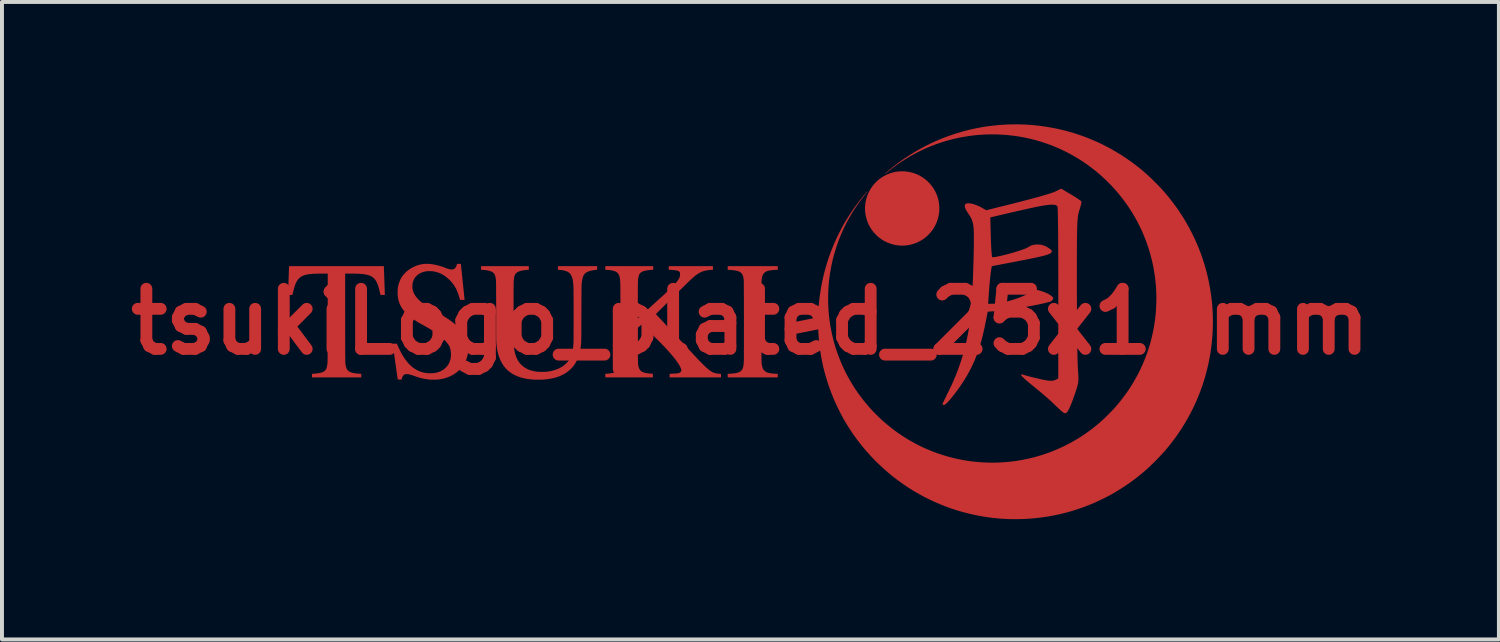
<source format=kicad_pcb>
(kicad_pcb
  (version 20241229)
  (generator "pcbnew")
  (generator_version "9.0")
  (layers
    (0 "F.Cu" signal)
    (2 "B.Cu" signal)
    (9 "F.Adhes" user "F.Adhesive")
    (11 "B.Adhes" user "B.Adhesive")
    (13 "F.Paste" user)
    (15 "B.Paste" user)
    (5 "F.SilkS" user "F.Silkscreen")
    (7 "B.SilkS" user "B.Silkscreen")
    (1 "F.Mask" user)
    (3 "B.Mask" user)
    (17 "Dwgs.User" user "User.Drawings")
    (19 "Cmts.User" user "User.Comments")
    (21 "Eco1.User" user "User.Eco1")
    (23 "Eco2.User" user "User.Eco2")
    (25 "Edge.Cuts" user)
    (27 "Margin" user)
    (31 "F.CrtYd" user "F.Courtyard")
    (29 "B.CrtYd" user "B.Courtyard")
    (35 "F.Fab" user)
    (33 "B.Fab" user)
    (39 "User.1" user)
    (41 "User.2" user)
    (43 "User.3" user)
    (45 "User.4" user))
  (footprint "tsukiLogo_plated_25x11mm"
    (layer "F.Cu")
    (at 15.973 5.105)
    (property "Reference" "tsukiLogo_plated_25x11mm" (at 0 0 0) (layer "F.Cu") (effects (font (size 1.524 1.524) (thickness 0.3))))
    (attr through_hole)
    (fp_poly (pts (xy 2.958 -3.29) (xy 2.955 -3.286) (xy 2.951 -3.283) (xy 2.949 -3.281) (xy 2.95 -3.283) (xy 2.952 -3.286) (xy 2.956 -3.29) (xy 2.958 -3.292) (xy 2.958 -3.29)) (stroke (width 0.01) (type solid)) (fill yes) (layer "F.Cu"))
    (fp_poly (pts (xy 3.435 -3.767) (xy 3.432 -3.764) (xy 3.429 -3.76) (xy 3.427 -3.759) (xy 3.427 -3.76) (xy 3.43 -3.764) (xy 3.434 -3.768) (xy 3.436 -3.769) (xy 3.435 -3.767)) (stroke (width 0.01) (type solid)) (fill yes) (layer "F.Cu"))
    (fp_poly (pts (xy 2.94 -3.269) (xy 2.934 -3.264) (xy 2.932 -3.261) (xy 2.931 -3.262) (xy 2.931 -3.262) (xy 2.933 -3.264) (xy 2.937 -3.268) (xy 2.939 -3.27) (xy 2.947 -3.278) (xy 2.94 -3.269)) (stroke (width 0.01) (type solid)) (fill yes) (layer "F.Cu"))
    (fp_poly (pts (xy 3.45 -3.78) (xy 3.445 -3.774) (xy 3.442 -3.772) (xy 3.441 -3.772) (xy 3.441 -3.772) (xy 3.443 -3.774) (xy 3.447 -3.778) (xy 3.45 -3.781) (xy 3.458 -3.788) (xy 3.45 -3.78)) (stroke (width 0.01) (type solid)) (fill yes) (layer "F.Cu"))
    (fp_poly (pts (xy -10.414 -1.27) (xy 0.15 -1.27) (xy 0.15 1.397) (xy -10.414 1.397)) (stroke (width 0.1) (type solid)) (fill yes) (layer "F.Mask"))
    (pad "" smd circle (at 6.782 -0.025) (size 10.16 10.16) (layers "F.Mask"))
    (pad "1" smd custom (at -10.516 0) (size 0.254 0.254) (layers "F.Cu" "F.Mask") (options (anchor circle)) (primitives (gr_poly (pts (xy 1.219 -1.394) (xy 1.219 -1.39) (xy 1.219 -1.382) (xy 1.22 -1.369) (xy 1.22 -1.353) (xy 1.221 -1.332) (xy 1.222 -1.309) (xy 1.223 -1.282) (xy 1.224 -1.253) (xy 1.225 -1.222) (xy 1.226 -1.189) (xy 1.228 -1.155) (xy 1.229 -1.119) (xy 1.23 -1.083) (xy 1.231 -1.046) (xy 1.233 -1.009) (xy 1.234 -0.973) (xy 1.235 -0.937) (xy 1.236 -0.902) (xy 1.237 -0.869) (xy 1.239 -0.837) (xy 1.24 -0.808) (xy 1.24 -0.781) (xy 1.241 -0.757) (xy 1.242 -0.736) (xy 1.242 -0.719) (xy 1.243 -0.706) (xy 1.243 -0.697) (xy 1.243 -0.693) (xy 1.243 -0.683) (xy 1.192 -0.683) (xy 1.177 -0.683) (xy 1.163 -0.683) (xy 1.152 -0.684) (xy 1.145 -0.684) (xy 1.141 -0.685) (xy 1.141 -0.685) (xy 1.141 -0.688) (xy 1.139 -0.696) (xy 1.137 -0.708) (xy 1.134 -0.722) (xy 1.13 -0.737) (xy 1.127 -0.754) (xy 1.123 -0.771) (xy 1.119 -0.787) (xy 1.115 -0.803) (xy 1.112 -0.816) (xy 1.112 -0.817) (xy 1.097 -0.869) (xy 1.082 -0.917) (xy 1.066 -0.96) (xy 1.049 -0.999) (xy 1.03 -1.034) (xy 1.01 -1.065) (xy 0.987 -1.092) (xy 0.963 -1.116) (xy 0.936 -1.137) (xy 0.907 -1.155) (xy 0.876 -1.17) (xy 0.841 -1.183) (xy 0.804 -1.194) (xy 0.788 -1.197) (xy 0.765 -1.202) (xy 0.741 -1.206) (xy 0.716 -1.21) (xy 0.69 -1.213) (xy 0.662 -1.216) (xy 0.631 -1.218) (xy 0.598 -1.22) (xy 0.562 -1.222) (xy 0.523 -1.223) (xy 0.48 -1.224) (xy 0.432 -1.224) (xy 0.384 -1.224) (xy 0.237 -1.224) (xy 0.238 -0.103) (xy 0.238 -0.013) (xy 0.238 0.073) (xy 0.238 0.154) (xy 0.238 0.23) (xy 0.238 0.302) (xy 0.238 0.37) (xy 0.238 0.433) (xy 0.238 0.492) (xy 0.239 0.548) (xy 0.239 0.599) (xy 0.239 0.647) (xy 0.239 0.692) (xy 0.239 0.733) (xy 0.239 0.771) (xy 0.239 0.806) (xy 0.239 0.838) (xy 0.24 0.867) (xy 0.24 0.894) (xy 0.24 0.918) (xy 0.24 0.94) (xy 0.241 0.96) (xy 0.241 0.978) (xy 0.241 0.994) (xy 0.242 1.008) (xy 0.242 1.02) (xy 0.242 1.032) (xy 0.243 1.041) (xy 0.243 1.05) (xy 0.244 1.058) (xy 0.244 1.065) (xy 0.245 1.071) (xy 0.245 1.076) (xy 0.246 1.082) (xy 0.247 1.087) (xy 0.248 1.091) (xy 0.248 1.096) (xy 0.249 1.101) (xy 0.25 1.106) (xy 0.257 1.138) (xy 0.265 1.167) (xy 0.276 1.193) (xy 0.288 1.216) (xy 0.304 1.236) (xy 0.323 1.254) (xy 0.344 1.269) (xy 0.37 1.281) (xy 0.399 1.292) (xy 0.432 1.301) (xy 0.469 1.308) (xy 0.511 1.315) (xy 0.529 1.317) (xy 0.545 1.318) (xy 0.562 1.32) (xy 0.578 1.321) (xy 0.59 1.322) (xy 0.603 1.323) (xy 0.616 1.324) (xy 0.627 1.324) (xy 0.632 1.325) (xy 0.646 1.326) (xy 0.645 1.406) (xy -0.593 1.407) (xy -0.593 1.326) (xy -0.58 1.325) (xy -0.572 1.324) (xy -0.561 1.323) (xy -0.548 1.322) (xy -0.533 1.321) (xy -0.53 1.321) (xy -0.484 1.317) (xy -0.443 1.312) (xy -0.406 1.306) (xy -0.374 1.298) (xy -0.345 1.29) (xy -0.32 1.28) (xy -0.298 1.269) (xy -0.28 1.256) (xy -0.264 1.242) (xy -0.264 1.242) (xy -0.251 1.227) (xy -0.24 1.21) (xy -0.231 1.192) (xy -0.223 1.17) (xy -0.216 1.146) (xy -0.21 1.118) (xy -0.205 1.086) (xy -0.2 1.049) (xy -0.199 1.04) (xy -0.199 1.036) (xy -0.199 1.03) (xy -0.198 1.021) (xy -0.198 1.009) (xy -0.198 0.995) (xy -0.198 0.978) (xy -0.198 0.958) (xy -0.197 0.934) (xy -0.197 0.908) (xy -0.197 0.878) (xy -0.197 0.845) (xy -0.197 0.808) (xy -0.197 0.768) (xy -0.196 0.724) (xy -0.196 0.676) (xy -0.196 0.624) (xy -0.196 0.568) (xy -0.196 0.508) (xy -0.196 0.444) (xy -0.196 0.376) (xy -0.196 0.302) (xy -0.196 0.225) (xy -0.195 0.142) (xy -0.195 0.055) (xy -0.195 -0.037) (xy -0.195 -0.107) (xy -0.194 -1.224) (xy -0.341 -1.224) (xy -0.39 -1.224) (xy -0.435 -1.224) (xy -0.475 -1.223) (xy -0.512 -1.222) (xy -0.545 -1.221) (xy -0.576 -1.219) (xy -0.604 -1.217) (xy -0.631 -1.215) (xy -0.656 -1.212) (xy -0.68 -1.209) (xy -0.701 -1.205) (xy -0.742 -1.197) (xy -0.779 -1.188) (xy -0.814 -1.176) (xy -0.846 -1.162) (xy -0.875 -1.146) (xy -0.902 -1.128) (xy -0.927 -1.106) (xy -0.95 -1.082) (xy -0.971 -1.054) (xy -0.99 -1.023) (xy -1.008 -0.988) (xy -1.025 -0.949) (xy -1.04 -0.906) (xy -1.055 -0.859) (xy -1.069 -0.807) (xy -1.083 -0.75) (xy -1.084 -0.747) (xy -1.087 -0.731) (xy -1.091 -0.716) (xy -1.094 -0.703) (xy -1.096 -0.694) (xy -1.097 -0.688) (xy -1.098 -0.686) (xy -1.099 -0.685) (xy -1.104 -0.684) (xy -1.111 -0.684) (xy -1.123 -0.683) (xy -1.139 -0.683) (xy -1.149 -0.683) (xy -1.165 -0.683) (xy -1.178 -0.683) (xy -1.189 -0.683) (xy -1.197 -0.684) (xy -1.2 -0.684) (xy -1.2 -0.684) (xy -1.2 -0.686) (xy -1.2 -0.694) (xy -1.199 -0.706) (xy -1.199 -0.722) (xy -1.198 -0.742) (xy -1.197 -0.765) (xy -1.196 -0.792) (xy -1.195 -0.822) (xy -1.194 -0.855) (xy -1.193 -0.891) (xy -1.192 -0.928) (xy -1.19 -0.967) (xy -1.189 -1.009) (xy -1.188 -1.041) (xy -1.186 -1.083) (xy -1.185 -1.124) (xy -1.183 -1.163) (xy -1.182 -1.201) (xy -1.181 -1.236) (xy -1.18 -1.268) (xy -1.178 -1.298) (xy -1.178 -1.324) (xy -1.177 -1.347) (xy -1.176 -1.367) (xy -1.176 -1.382) (xy -1.175 -1.393) (xy -1.175 -1.4) (xy -1.175 -1.401) (xy -1.174 -1.402) (xy -1.171 -1.402) (xy -1.167 -1.402) (xy -1.16 -1.402) (xy -1.151 -1.402) (xy -1.14 -1.403) (xy -1.126 -1.403) (xy -1.11 -1.403) (xy -1.091 -1.403) (xy -1.07 -1.403) (xy -1.045 -1.403) (xy -1.018 -1.404) (xy -0.988 -1.404) (xy -0.954 -1.404) (xy -0.917 -1.404) (xy -0.876 -1.404) (xy -0.832 -1.404) (xy -0.785 -1.404) (xy -0.733 -1.404) (xy -0.678 -1.404) (xy -0.618 -1.404) (xy -0.555 -1.404) (xy -0.487 -1.404) (xy -0.414 -1.404) (xy -0.338 -1.404) (xy -0.256 -1.404) (xy -0.17 -1.404) (xy -0.079 -1.404) (xy 0.017 -1.404) (xy 1.217 -1.404) (xy 1.219 -1.394)) (width 0.01) (fill yes))))
    (pad "1" smd custom (at -8.077 -0.025) (size 0.254 0.254) (layers "F.Cu" "F.Mask") (options (anchor circle)) (primitives (gr_poly (pts (xy 0.702 -1.437) (xy 0.715 -1.437) (xy 0.724 -1.437) (xy 0.73 -1.437) (xy 0.732 -1.437) (xy 0.733 -1.434) (xy 0.733 -1.426) (xy 0.734 -1.414) (xy 0.736 -1.398) (xy 0.738 -1.379) (xy 0.741 -1.355) (xy 0.743 -1.329) (xy 0.746 -1.299) (xy 0.75 -1.267) (xy 0.753 -1.233) (xy 0.757 -1.197) (xy 0.761 -1.159) (xy 0.765 -1.12) (xy 0.769 -1.08) (xy 0.773 -1.039) (xy 0.777 -0.998) (xy 0.782 -0.957) (xy 0.786 -0.916) (xy 0.79 -0.876) (xy 0.794 -0.836) (xy 0.798 -0.798) (xy 0.802 -0.761) (xy 0.806 -0.726) (xy 0.809 -0.693) (xy 0.812 -0.662) (xy 0.815 -0.634) (xy 0.818 -0.61) (xy 0.82 -0.588) (xy 0.822 -0.57) (xy 0.823 -0.557) (xy 0.824 -0.547) (xy 0.825 -0.542) (xy 0.825 -0.542) (xy 0.826 -0.533) (xy 0.72 -0.533) (xy 0.715 -0.55) (xy 0.712 -0.56) (xy 0.708 -0.573) (xy 0.704 -0.587) (xy 0.702 -0.596) (xy 0.683 -0.656) (xy 0.663 -0.712) (xy 0.642 -0.765) (xy 0.619 -0.813) (xy 0.593 -0.859) (xy 0.566 -0.903) (xy 0.535 -0.945) (xy 0.502 -0.986) (xy 0.465 -1.026) (xy 0.441 -1.049) (xy 0.393 -1.092) (xy 0.344 -1.131) (xy 0.293 -1.164) (xy 0.241 -1.193) (xy 0.186 -1.217) (xy 0.13 -1.236) (xy 0.073 -1.25) (xy 0.049 -1.255) (xy 0.031 -1.257) (xy 0.009 -1.259) (xy -0.015 -1.261) (xy -0.041 -1.262) (xy -0.066 -1.262) (xy -0.09 -1.262) (xy -0.111 -1.261) (xy -0.122 -1.26) (xy -0.17 -1.253) (xy -0.216 -1.241) (xy -0.26 -1.226) (xy -0.301 -1.207) (xy -0.336 -1.187) (xy -0.353 -1.174) (xy -0.371 -1.159) (xy -0.39 -1.141) (xy -0.408 -1.123) (xy -0.423 -1.105) (xy -0.436 -1.088) (xy -0.437 -1.086) (xy -0.458 -1.049) (xy -0.475 -1.011) (xy -0.487 -0.971) (xy -0.494 -0.929) (xy -0.497 -0.885) (xy -0.497 -0.876) (xy -0.497 -0.85) (xy -0.496 -0.828) (xy -0.493 -0.806) (xy -0.489 -0.785) (xy -0.484 -0.766) (xy -0.472 -0.727) (xy -0.456 -0.689) (xy -0.435 -0.652) (xy -0.411 -0.614) (xy -0.382 -0.577) (xy -0.348 -0.54) (xy -0.31 -0.503) (xy -0.267 -0.465) (xy -0.219 -0.427) (xy -0.21 -0.42) (xy -0.172 -0.392) (xy -0.132 -0.365) (xy -0.089 -0.336) (xy -0.043 -0.308) (xy 0.007 -0.278) (xy 0.062 -0.247) (xy 0.107 -0.221) (xy 0.151 -0.197) (xy 0.191 -0.174) (xy 0.228 -0.153) (xy 0.262 -0.133) (xy 0.294 -0.114) (xy 0.324 -0.095) (xy 0.355 -0.076) (xy 0.385 -0.056) (xy 0.391 -0.052) (xy 0.443 -0.017) (xy 0.49 0.017) (xy 0.535 0.051) (xy 0.576 0.084) (xy 0.615 0.118) (xy 0.652 0.152) (xy 0.685 0.186) (xy 0.73 0.234) (xy 0.769 0.283) (xy 0.804 0.332) (xy 0.834 0.381) (xy 0.859 0.432) (xy 0.88 0.483) (xy 0.896 0.536) (xy 0.908 0.59) (xy 0.914 0.631) (xy 0.916 0.652) (xy 0.917 0.676) (xy 0.917 0.703) (xy 0.917 0.73) (xy 0.917 0.756) (xy 0.916 0.78) (xy 0.914 0.799) (xy 0.904 0.859) (xy 0.89 0.918) (xy 0.872 0.975) (xy 0.848 1.029) (xy 0.821 1.082) (xy 0.79 1.132) (xy 0.754 1.18) (xy 0.715 1.225) (xy 0.672 1.267) (xy 0.625 1.306) (xy 0.575 1.341) (xy 0.522 1.374) (xy 0.465 1.402) (xy 0.406 1.427) (xy 0.377 1.438) (xy 0.311 1.458) (xy 0.243 1.473) (xy 0.174 1.483) (xy 0.103 1.489) (xy 0.031 1.49) (xy -0.027 1.488) (xy -0.089 1.483) (xy -0.151 1.474) (xy -0.213 1.463) (xy -0.277 1.448) (xy -0.342 1.429) (xy -0.409 1.407) (xy -0.449 1.393) (xy -0.483 1.381) (xy -0.516 1.371) (xy -0.548 1.362) (xy -0.578 1.355) (xy -0.605 1.35) (xy -0.628 1.347) (xy -0.649 1.347) (xy -0.665 1.348) (xy -0.666 1.349) (xy -0.688 1.356) (xy -0.707 1.367) (xy -0.725 1.383) (xy -0.74 1.402) (xy -0.751 1.425) (xy -0.757 1.441) (xy -0.76 1.453) (xy -0.763 1.464) (xy -0.765 1.473) (xy -0.765 1.474) (xy -0.767 1.486) (xy -0.813 1.486) (xy -0.831 1.486) (xy -0.844 1.485) (xy -0.852 1.485) (xy -0.858 1.484) (xy -0.86 1.483) (xy -0.86 1.483) (xy -0.861 1.48) (xy -0.862 1.472) (xy -0.863 1.46) (xy -0.865 1.444) (xy -0.868 1.424) (xy -0.871 1.401) (xy -0.875 1.374) (xy -0.879 1.345) (xy -0.884 1.313) (xy -0.889 1.279) (xy -0.894 1.243) (xy -0.899 1.205) (xy -0.904 1.166) (xy -0.91 1.126) (xy -0.916 1.086) (xy -0.922 1.045) (xy -0.927 1.004) (xy -0.933 0.963) (xy -0.939 0.923) (xy -0.944 0.883) (xy -0.95 0.845) (xy -0.955 0.808) (xy -0.96 0.774) (xy -0.965 0.741) (xy -0.969 0.711) (xy -0.973 0.683) (xy -0.976 0.659) (xy -0.979 0.637) (xy -0.982 0.62) (xy -0.984 0.607) (xy -0.985 0.597) (xy -0.986 0.593) (xy -0.986 0.592) (xy -0.987 0.587) (xy -0.889 0.587) (xy -0.871 0.63) (xy -0.861 0.651) (xy -0.851 0.675) (xy -0.838 0.701) (xy -0.825 0.729) (xy -0.811 0.756) (xy -0.798 0.783) (xy -0.785 0.809) (xy -0.773 0.832) (xy -0.762 0.851) (xy -0.759 0.857) (xy -0.723 0.916) (xy -0.686 0.971) (xy -0.648 1.022) (xy -0.609 1.07) (xy -0.569 1.114) (xy -0.528 1.153) (xy -0.494 1.181) (xy -0.462 1.205) (xy -0.426 1.228) (xy -0.389 1.25) (xy -0.351 1.27) (xy -0.315 1.287) (xy -0.295 1.294) (xy -0.265 1.304) (xy -0.23 1.314) (xy -0.193 1.322) (xy -0.156 1.329) (xy -0.12 1.334) (xy -0.106 1.335) (xy -0.089 1.336) (xy -0.069 1.336) (xy -0.047 1.337) (xy -0.025 1.337) (xy -0.004 1.336) (xy 0.016 1.336) (xy 0.034 1.335) (xy 0.047 1.334) (xy 0.048 1.334) (xy 0.102 1.325) (xy 0.153 1.312) (xy 0.2 1.295) (xy 0.245 1.274) (xy 0.287 1.25) (xy 0.325 1.222) (xy 0.36 1.191) (xy 0.391 1.156) (xy 0.418 1.118) (xy 0.442 1.077) (xy 0.443 1.075) (xy 0.46 1.034) (xy 0.474 0.991) (xy 0.483 0.945) (xy 0.489 0.897) (xy 0.49 0.848) (xy 0.487 0.797) (xy 0.48 0.746) (xy 0.478 0.734) (xy 0.471 0.705) (xy 0.463 0.678) (xy 0.452 0.652) (xy 0.439 0.626) (xy 0.423 0.6) (xy 0.403 0.573) (xy 0.381 0.546) (xy 0.354 0.516) (xy 0.33 0.49) (xy 0.285 0.447) (xy 0.235 0.403) (xy 0.18 0.359) (xy 0.12 0.314) (xy 0.056 0.27) (xy -0.013 0.225) (xy -0.086 0.181) (xy -0.164 0.137) (xy -0.174 0.131) (xy -0.206 0.113) (xy -0.234 0.098) (xy -0.258 0.084) (xy -0.28 0.073) (xy -0.298 0.062) (xy -0.315 0.053) (xy -0.33 0.044) (xy -0.343 0.036) (xy -0.356 0.028) (xy -0.36 0.026) (xy -0.423 -0.015) (xy -0.482 -0.055) (xy -0.536 -0.095) (xy -0.585 -0.136) (xy -0.63 -0.177) (xy -0.67 -0.218) (xy -0.706 -0.26) (xy -0.739 -0.303) (xy -0.767 -0.346) (xy -0.788 -0.384) (xy -0.808 -0.427) (xy -0.824 -0.468) (xy -0.837 -0.51) (xy -0.848 -0.554) (xy -0.848 -0.558) (xy -0.852 -0.577) (xy -0.855 -0.593) (xy -0.857 -0.608) (xy -0.859 -0.623) (xy -0.86 -0.639) (xy -0.861 -0.656) (xy -0.861 -0.675) (xy -0.861 -0.698) (xy -0.861 -0.716) (xy -0.861 -0.74) (xy -0.861 -0.759) (xy -0.861 -0.775) (xy -0.86 -0.789) (xy -0.859 -0.801) (xy -0.858 -0.812) (xy -0.857 -0.823) (xy -0.856 -0.83) (xy -0.845 -0.889) (xy -0.83 -0.945) (xy -0.811 -0.998) (xy -0.789 -1.049) (xy -0.762 -1.096) (xy -0.731 -1.141) (xy -0.696 -1.183) (xy -0.671 -1.21) (xy -0.632 -1.247) (xy -0.592 -1.28) (xy -0.549 -1.309) (xy -0.502 -1.337) (xy -0.469 -1.354) (xy -0.415 -1.379) (xy -0.361 -1.4) (xy -0.306 -1.415) (xy -0.25 -1.427) (xy -0.213 -1.433) (xy -0.199 -1.434) (xy -0.181 -1.435) (xy -0.161 -1.436) (xy -0.138 -1.436) (xy -0.115 -1.436) (xy -0.093 -1.436) (xy -0.071 -1.435) (xy -0.053 -1.434) (xy -0.04 -1.433) (xy 0.006 -1.427) (xy 0.054 -1.419) (xy 0.104 -1.409) (xy 0.153 -1.397) (xy 0.201 -1.384) (xy 0.247 -1.37) (xy 0.29 -1.355) (xy 0.33 -1.34) (xy 0.33 -1.339) (xy 0.364 -1.326) (xy 0.398 -1.314) (xy 0.43 -1.305) (xy 0.46 -1.298) (xy 0.487 -1.294) (xy 0.495 -1.294) (xy 0.521 -1.294) (xy 0.545 -1.299) (xy 0.567 -1.308) (xy 0.586 -1.322) (xy 0.593 -1.328) (xy 0.601 -1.338) (xy 0.61 -1.349) (xy 0.616 -1.359) (xy 0.621 -1.37) (xy 0.627 -1.383) (xy 0.633 -1.399) (xy 0.638 -1.414) (xy 0.641 -1.428) (xy 0.642 -1.431) (xy 0.643 -1.437) (xy 0.688 -1.437) (xy 0.702 -1.437)) (width 0.01) (fill yes))))
    (pad "1" smd custom (at -6.198 -0.025) (size 0.254 0.254) (layers "F.Cu" "F.Mask") (options (anchor circle)) (primitives (gr_poly (pts (xy 2.307 -1.298) (xy 2.298 -1.297) (xy 2.293 -1.296) (xy 2.283 -1.295) (xy 2.271 -1.293) (xy 2.258 -1.291) (xy 2.258 -1.291) (xy 2.211 -1.285) (xy 2.168 -1.277) (xy 2.129 -1.267) (xy 2.095 -1.256) (xy 2.064 -1.244) (xy 2.038 -1.229) (xy 2.014 -1.212) (xy 1.994 -1.193) (xy 1.977 -1.171) (xy 1.962 -1.147) (xy 1.95 -1.119) (xy 1.94 -1.088) (xy 1.931 -1.054) (xy 1.926 -1.022) (xy 1.923 -1.005) (xy 1.921 -0.987) (xy 1.919 -0.967) (xy 1.916 -0.944) (xy 1.914 -0.918) (xy 1.913 -0.902) (xy 1.912 -0.895) (xy 1.912 -0.883) (xy 1.912 -0.867) (xy 1.911 -0.845) (xy 1.911 -0.818) (xy 1.911 -0.787) (xy 1.91 -0.75) (xy 1.91 -0.709) (xy 1.91 -0.662) (xy 1.91 -0.611) (xy 1.909 -0.554) (xy 1.909 -0.493) (xy 1.909 -0.426) (xy 1.909 -0.354) (xy 1.908 -0.277) (xy 1.908 -0.196) (xy 1.908 -0.184) (xy 1.908 -0.114) (xy 1.908 -0.048) (xy 1.907 0.013) (xy 1.907 0.07) (xy 1.907 0.122) (xy 1.907 0.17) (xy 1.907 0.215) (xy 1.907 0.255) (xy 1.906 0.293) (xy 1.906 0.327) (xy 1.906 0.358) (xy 1.906 0.386) (xy 1.905 0.411) (xy 1.905 0.434) (xy 1.905 0.455) (xy 1.905 0.473) (xy 1.904 0.49) (xy 1.904 0.506) (xy 1.903 0.519) (xy 1.903 0.532) (xy 1.902 0.543) (xy 1.902 0.554) (xy 1.901 0.564) (xy 1.9 0.574) (xy 1.899 0.583) (xy 1.899 0.592) (xy 1.898 0.602) (xy 1.897 0.612) (xy 1.896 0.616) (xy 1.887 0.691) (xy 1.875 0.762) (xy 1.859 0.829) (xy 1.84 0.893) (xy 1.818 0.953) (xy 1.791 1.01) (xy 1.762 1.064) (xy 1.729 1.115) (xy 1.692 1.162) (xy 1.651 1.208) (xy 1.635 1.224) (xy 1.59 1.264) (xy 1.543 1.301) (xy 1.493 1.334) (xy 1.44 1.364) (xy 1.383 1.391) (xy 1.322 1.414) (xy 1.259 1.435) (xy 1.191 1.452) (xy 1.12 1.466) (xy 1.045 1.477) (xy 0.965 1.486) (xy 0.963 1.486) (xy 0.949 1.487) (xy 0.931 1.488) (xy 0.91 1.488) (xy 0.886 1.489) (xy 0.861 1.489) (xy 0.835 1.489) (xy 0.808 1.49) (xy 0.783 1.49) (xy 0.76 1.489) (xy 0.739 1.489) (xy 0.722 1.489) (xy 0.714 1.488) (xy 0.633 1.482) (xy 0.556 1.472) (xy 0.482 1.459) (xy 0.412 1.443) (xy 0.346 1.423) (xy 0.283 1.399) (xy 0.225 1.373) (xy 0.17 1.343) (xy 0.118 1.309) (xy 0.07 1.272) (xy 0.025 1.232) (xy -0.016 1.188) (xy -0.053 1.14) (xy -0.087 1.089) (xy -0.118 1.034) (xy -0.145 0.976) (xy -0.148 0.971) (xy -0.17 0.912) (xy -0.19 0.85) (xy -0.206 0.784) (xy -0.22 0.714) (xy -0.23 0.641) (xy -0.238 0.564) (xy -0.241 0.522) (xy -0.241 0.515) (xy -0.241 0.502) (xy -0.241 0.484) (xy -0.242 0.462) (xy -0.242 0.435) (xy -0.242 0.403) (xy -0.242 0.367) (xy -0.242 0.326) (xy -0.243 0.281) (xy -0.243 0.231) (xy -0.243 0.177) (xy -0.243 0.119) (xy -0.243 0.057) (xy -0.243 -0.009) (xy -0.243 -0.079) (xy -0.243 -0.153) (xy -0.243 -0.227) (xy -0.243 -0.302) (xy -0.243 -0.374) (xy -0.243 -0.443) (xy -0.243 -0.508) (xy -0.243 -0.57) (xy -0.244 -0.627) (xy -0.244 -0.681) (xy -0.244 -0.731) (xy -0.244 -0.777) (xy -0.244 -0.819) (xy -0.244 -0.856) (xy -0.245 -0.889) (xy -0.245 -0.918) (xy -0.245 -0.941) (xy -0.245 -0.961) (xy -0.245 -0.975) (xy -0.246 -0.984) (xy -0.246 -0.985) (xy -0.248 -1.025) (xy -0.252 -1.061) (xy -0.256 -1.092) (xy -0.262 -1.119) (xy -0.269 -1.143) (xy -0.277 -1.164) (xy -0.287 -1.183) (xy -0.299 -1.199) (xy -0.312 -1.214) (xy -0.327 -1.228) (xy -0.345 -1.24) (xy -0.366 -1.251) (xy -0.39 -1.26) (xy -0.417 -1.269) (xy -0.448 -1.276) (xy -0.484 -1.282) (xy -0.523 -1.288) (xy -0.567 -1.292) (xy -0.573 -1.293) (xy -0.587 -1.294) (xy -0.599 -1.295) (xy -0.61 -1.296) (xy -0.616 -1.297) (xy -0.627 -1.298) (xy -0.626 -1.338) (xy -0.625 -1.378) (xy 0.575 -1.379) (xy 0.575 -1.298) (xy 0.566 -1.297) (xy 0.561 -1.296) (xy 0.551 -1.295) (xy 0.539 -1.294) (xy 0.528 -1.293) (xy 0.48 -1.288) (xy 0.437 -1.282) (xy 0.399 -1.275) (xy 0.365 -1.266) (xy 0.335 -1.257) (xy 0.309 -1.246) (xy 0.287 -1.234) (xy 0.268 -1.221) (xy 0.251 -1.205) (xy 0.242 -1.194) (xy 0.231 -1.178) (xy 0.222 -1.16) (xy 0.214 -1.14) (xy 0.207 -1.117) (xy 0.202 -1.091) (xy 0.198 -1.061) (xy 0.194 -1.028) (xy 0.192 -0.989) (xy 0.191 -0.977) (xy 0.191 -0.969) (xy 0.191 -0.956) (xy 0.19 -0.938) (xy 0.19 -0.916) (xy 0.19 -0.89) (xy 0.19 -0.86) (xy 0.19 -0.827) (xy 0.19 -0.79) (xy 0.189 -0.751) (xy 0.189 -0.708) (xy 0.189 -0.664) (xy 0.189 -0.617) (xy 0.189 -0.568) (xy 0.189 -0.517) (xy 0.189 -0.465) (xy 0.189 -0.411) (xy 0.189 -0.357) (xy 0.189 -0.302) (xy 0.189 -0.247) (xy 0.189 -0.191) (xy 0.189 -0.136) (xy 0.189 -0.081) (xy 0.189 -0.027) (xy 0.189 0.027) (xy 0.189 0.079) (xy 0.189 0.13) (xy 0.189 0.179) (xy 0.189 0.227) (xy 0.189 0.272) (xy 0.189 0.315) (xy 0.19 0.355) (xy 0.19 0.392) (xy 0.19 0.426) (xy 0.19 0.456) (xy 0.19 0.483) (xy 0.19 0.505) (xy 0.191 0.523) (xy 0.191 0.537) (xy 0.191 0.546) (xy 0.194 0.605) (xy 0.198 0.66) (xy 0.204 0.711) (xy 0.211 0.758) (xy 0.22 0.802) (xy 0.23 0.843) (xy 0.243 0.883) (xy 0.257 0.921) (xy 0.273 0.958) (xy 0.281 0.975) (xy 0.305 1.019) (xy 0.332 1.058) (xy 0.362 1.095) (xy 0.391 1.125) (xy 0.427 1.157) (xy 0.465 1.186) (xy 0.506 1.211) (xy 0.549 1.234) (xy 0.596 1.253) (xy 0.646 1.269) (xy 0.699 1.282) (xy 0.757 1.293) (xy 0.779 1.296) (xy 0.79 1.297) (xy 0.801 1.299) (xy 0.812 1.3) (xy 0.823 1.3) (xy 0.836 1.301) (xy 0.851 1.301) (xy 0.87 1.301) (xy 0.891 1.302) (xy 0.915 1.302) (xy 0.944 1.302) (xy 0.97 1.301) (xy 0.991 1.301) (xy 1.011 1.3) (xy 1.029 1.299) (xy 1.046 1.297) (xy 1.063 1.295) (xy 1.081 1.292) (xy 1.102 1.289) (xy 1.116 1.286) (xy 1.179 1.272) (xy 1.239 1.255) (xy 1.297 1.235) (xy 1.351 1.211) (xy 1.403 1.183) (xy 1.451 1.153) (xy 1.495 1.119) (xy 1.535 1.083) (xy 1.542 1.075) (xy 1.569 1.046) (xy 1.593 1.015) (xy 1.615 0.982) (xy 1.635 0.948) (xy 1.652 0.912) (xy 1.667 0.873) (xy 1.679 0.831) (xy 1.69 0.786) (xy 1.699 0.737) (xy 1.707 0.685) (xy 1.713 0.628) (xy 1.717 0.567) (xy 1.717 0.556) (xy 1.718 0.549) (xy 1.718 0.536) (xy 1.718 0.519) (xy 1.718 0.498) (xy 1.719 0.473) (xy 1.719 0.444) (xy 1.719 0.411) (xy 1.719 0.376) (xy 1.719 0.337) (xy 1.719 0.296) (xy 1.72 0.252) (xy 1.72 0.207) (xy 1.72 0.159) (xy 1.72 0.11) (xy 1.72 0.059) (xy 1.72 0.008) (xy 1.72 -0.045) (xy 1.72 -0.097) (xy 1.72 -0.151) (xy 1.72 -0.204) (xy 1.72 -0.257) (xy 1.72 -0.309) (xy 1.72 -0.361) (xy 1.72 -0.411) (xy 1.72 -0.46) (xy 1.72 -0.508) (xy 1.72 -0.554) (xy 1.719 -0.597) (xy 1.719 -0.639) (xy 1.719 -0.677) (xy 1.719 -0.713) (xy 1.719 -0.746) (xy 1.719 -0.775) (xy 1.718 -0.8) (xy 1.718 -0.821) (xy 1.718 -0.838) (xy 1.718 -0.851) (xy 1.718 -0.859) (xy 1.717 -0.86) (xy 1.715 -0.903) (xy 1.711 -0.942) (xy 1.707 -0.977) (xy 1.703 -1.009) (xy 1.698 -1.038) (xy 1.692 -1.065) (xy 1.685 -1.089) (xy 1.684 -1.091) (xy 1.672 -1.125) (xy 1.658 -1.155) (xy 1.641 -1.182) (xy 1.621 -1.205) (xy 1.598 -1.225) (xy 1.571 -1.242) (xy 1.541 -1.257) (xy 1.507 -1.269) (xy 1.469 -1.279) (xy 1.436 -1.285) (xy 1.426 -1.286) (xy 1.413 -1.288) (xy 1.399 -1.29) (xy 1.383 -1.292) (xy 1.367 -1.294) (xy 1.352 -1.295) (xy 1.339 -1.297) (xy 1.329 -1.297) (xy 1.322 -1.298) (xy 1.322 -1.298) (xy 1.322 -1.3) (xy 1.322 -1.307) (xy 1.322 -1.317) (xy 1.322 -1.329) (xy 1.322 -1.338) (xy 1.323 -1.378) (xy 1.815 -1.378) (xy 2.307 -1.379) (xy 2.307 -1.298)) (width 0.01) (fill yes))))
    (pad "1" smd custom (at -3.073 0) (size 0.254 0.254) (layers "F.Cu" "F.Mask") (options (anchor circle)) (primitives (gr_poly (pts (xy 2.118 -1.324) (xy 2.108 -1.322) (xy 2.101 -1.321) (xy 2.091 -1.32) (xy 2.078 -1.319) (xy 2.064 -1.318) (xy 2.064 -1.318) (xy 2.019 -1.314) (xy 1.978 -1.308) (xy 1.939 -1.301) (xy 1.903 -1.293) (xy 1.869 -1.282) (xy 1.835 -1.27) (xy 1.803 -1.255) (xy 1.771 -1.238) (xy 1.738 -1.218) (xy 1.705 -1.195) (xy 1.67 -1.168) (xy 1.634 -1.138) (xy 1.595 -1.104) (xy 1.582 -1.092) (xy 1.574 -1.085) (xy 1.566 -1.078) (xy 1.559 -1.071) (xy 1.551 -1.064) (xy 1.543 -1.057) (xy 1.535 -1.049) (xy 1.526 -1.041) (xy 1.517 -1.032) (xy 1.506 -1.022) (xy 1.495 -1.01) (xy 1.482 -0.998) (xy 1.468 -0.984) (xy 1.452 -0.969) (xy 1.435 -0.952) (xy 1.416 -0.934) (xy 1.395 -0.913) (xy 1.372 -0.89) (xy 1.346 -0.865) (xy 1.319 -0.838) (xy 1.288 -0.808) (xy 1.255 -0.775) (xy 1.219 -0.739) (xy 1.179 -0.7) (xy 1.137 -0.658) (xy 1.091 -0.612) (xy 1.074 -0.596) (xy 1.028 -0.551) (xy 0.986 -0.509) (xy 0.947 -0.47) (xy 0.911 -0.435) (xy 0.879 -0.402) (xy 0.849 -0.373) (xy 0.822 -0.346) (xy 0.798 -0.322) (xy 0.776 -0.301) (xy 0.757 -0.282) (xy 0.741 -0.265) (xy 0.726 -0.25) (xy 0.713 -0.237) (xy 0.703 -0.226) (xy 0.694 -0.217) (xy 0.687 -0.21) (xy 0.681 -0.204) (xy 0.677 -0.199) (xy 0.674 -0.195) (xy 0.672 -0.193) (xy 0.671 -0.191) (xy 0.671 -0.191) (xy 0.674 -0.188) (xy 0.679 -0.183) (xy 0.687 -0.174) (xy 0.699 -0.161) (xy 0.713 -0.146) (xy 0.73 -0.128) (xy 0.749 -0.107) (xy 0.771 -0.083) (xy 0.795 -0.058) (xy 0.821 -0.03) (xy 0.848 -0.000314) (xy 0.878 0.031) (xy 0.909 0.064) (xy 0.941 0.099) (xy 0.974 0.135) (xy 1.008 0.171) (xy 1.043 0.209) (xy 1.079 0.247) (xy 1.115 0.286) (xy 1.152 0.326) (xy 1.189 0.365) (xy 1.226 0.405) (xy 1.262 0.444) (xy 1.299 0.483) (xy 1.335 0.522) (xy 1.37 0.56) (xy 1.404 0.596) (xy 1.438 0.632) (xy 1.47 0.667) (xy 1.501 0.7) (xy 1.531 0.732) (xy 1.559 0.762) (xy 1.585 0.79) (xy 1.609 0.816) (xy 1.631 0.839) (xy 1.651 0.861) (xy 1.668 0.879) (xy 1.683 0.895) (xy 1.695 0.908) (xy 1.704 0.917) (xy 1.708 0.922) (xy 1.751 0.968) (xy 1.792 1.01) (xy 1.829 1.048) (xy 1.864 1.083) (xy 1.896 1.115) (xy 1.926 1.143) (xy 1.954 1.169) (xy 1.981 1.192) (xy 2.005 1.213) (xy 2.028 1.231) (xy 2.05 1.247) (xy 2.07 1.261) (xy 2.09 1.273) (xy 2.109 1.283) (xy 2.128 1.291) (xy 2.146 1.299) (xy 2.15 1.3) (xy 2.168 1.306) (xy 2.185 1.311) (xy 2.203 1.315) (xy 2.223 1.318) (xy 2.245 1.321) (xy 2.271 1.323) (xy 2.297 1.325) (xy 2.322 1.326) (xy 2.322 1.407) (xy 1.029 1.407) (xy 1.029 1.326) (xy 1.042 1.325) (xy 1.048 1.324) (xy 1.059 1.323) (xy 1.072 1.323) (xy 1.089 1.322) (xy 1.107 1.321) (xy 1.126 1.321) (xy 1.127 1.321) (xy 1.16 1.319) (xy 1.189 1.317) (xy 1.214 1.315) (xy 1.235 1.312) (xy 1.253 1.308) (xy 1.268 1.303) (xy 1.281 1.297) (xy 1.292 1.29) (xy 1.302 1.282) (xy 1.314 1.269) (xy 1.321 1.254) (xy 1.325 1.237) (xy 1.325 1.235) (xy 1.325 1.218) (xy 1.32 1.198) (xy 1.312 1.175) (xy 1.301 1.149) (xy 1.286 1.12) (xy 1.268 1.089) (xy 1.246 1.054) (xy 1.221 1.018) (xy 1.193 0.979) (xy 1.162 0.938) (xy 1.128 0.895) (xy 1.091 0.85) (xy 1.051 0.804) (xy 1.009 0.755) (xy 0.964 0.705) (xy 0.916 0.654) (xy 0.866 0.601) (xy 0.848 0.582) (xy 0.838 0.572) (xy 0.825 0.558) (xy 0.809 0.542) (xy 0.79 0.523) (xy 0.769 0.502) (xy 0.746 0.479) (xy 0.722 0.455) (xy 0.696 0.429) (xy 0.67 0.403) (xy 0.643 0.377) (xy 0.616 0.35) (xy 0.609 0.343) (xy 0.582 0.316) (xy 0.555 0.29) (xy 0.529 0.264) (xy 0.504 0.239) (xy 0.48 0.215) (xy 0.457 0.193) (xy 0.436 0.172) (xy 0.417 0.153) (xy 0.401 0.137) (xy 0.388 0.124) (xy 0.377 0.114) (xy 0.375 0.111) (xy 0.324 0.061) (xy 0.269 0.105) (xy 0.215 0.149) (xy 0.215 0.587) (xy 0.215 0.644) (xy 0.215 0.696) (xy 0.215 0.744) (xy 0.215 0.787) (xy 0.215 0.826) (xy 0.215 0.861) (xy 0.215 0.893) (xy 0.215 0.921) (xy 0.216 0.947) (xy 0.216 0.969) (xy 0.216 0.989) (xy 0.217 1.007) (xy 0.217 1.022) (xy 0.217 1.035) (xy 0.218 1.047) (xy 0.219 1.058) (xy 0.219 1.067) (xy 0.22 1.076) (xy 0.221 1.084) (xy 0.222 1.091) (xy 0.223 1.099) (xy 0.225 1.107) (xy 0.226 1.115) (xy 0.226 1.116) (xy 0.234 1.151) (xy 0.245 1.182) (xy 0.258 1.21) (xy 0.274 1.233) (xy 0.276 1.236) (xy 0.286 1.246) (xy 0.299 1.257) (xy 0.314 1.267) (xy 0.33 1.276) (xy 0.344 1.283) (xy 0.344 1.283) (xy 0.372 1.293) (xy 0.405 1.302) (xy 0.442 1.309) (xy 0.485 1.315) (xy 0.531 1.32) (xy 0.537 1.321) (xy 0.551 1.322) (xy 0.565 1.323) (xy 0.575 1.324) (xy 0.583 1.325) (xy 0.584 1.325) (xy 0.595 1.326) (xy 0.595 1.407) (xy -0.002 1.407) (xy -0.057 1.407) (xy -0.11 1.407) (xy -0.162 1.407) (xy -0.212 1.407) (xy -0.26 1.407) (xy -0.305 1.407) (xy -0.349 1.407) (xy -0.389 1.407) (xy -0.427 1.407) (xy -0.462 1.406) (xy -0.493 1.406) (xy -0.521 1.406) (xy -0.545 1.406) (xy -0.565 1.406) (xy -0.58 1.406) (xy -0.592 1.406) (xy -0.598 1.405) (xy -0.6 1.405) (xy -0.601 1.402) (xy -0.601 1.395) (xy -0.601 1.385) (xy -0.602 1.372) (xy -0.602 1.365) (xy -0.602 1.326) (xy -0.591 1.325) (xy -0.583 1.324) (xy -0.572 1.323) (xy -0.561 1.322) (xy -0.558 1.322) (xy -0.511 1.318) (xy -0.468 1.313) (xy -0.429 1.306) (xy -0.395 1.297) (xy -0.365 1.287) (xy -0.339 1.276) (xy -0.316 1.263) (xy -0.297 1.248) (xy -0.282 1.231) (xy -0.278 1.225) (xy -0.266 1.208) (xy -0.257 1.188) (xy -0.248 1.167) (xy -0.241 1.142) (xy -0.235 1.115) (xy -0.23 1.083) (xy -0.226 1.047) (xy -0.223 1.018) (xy -0.223 1.013) (xy -0.222 1.002) (xy -0.222 0.987) (xy -0.222 0.967) (xy -0.222 0.943) (xy -0.221 0.915) (xy -0.221 0.883) (xy -0.221 0.848) (xy -0.221 0.81) (xy -0.22 0.768) (xy -0.22 0.723) (xy -0.22 0.676) (xy -0.22 0.626) (xy -0.22 0.574) (xy -0.22 0.52) (xy -0.219 0.464) (xy -0.219 0.407) (xy -0.219 0.348) (xy -0.219 0.288) (xy -0.219 0.227) (xy -0.219 0.165) (xy -0.219 0.103) (xy -0.219 0.041) (xy -0.218 -0.022) (xy -0.218 -0.084) (xy -0.218 -0.146) (xy -0.218 -0.207) (xy -0.218 -0.268) (xy -0.218 -0.327) (xy -0.218 -0.386) (xy -0.218 -0.443) (xy -0.218 -0.498) (xy -0.218 -0.551) (xy -0.219 -0.602) (xy -0.219 -0.651) (xy -0.219 -0.698) (xy -0.219 -0.741) (xy -0.219 -0.782) (xy -0.219 -0.819) (xy -0.219 -0.853) (xy -0.219 -0.883) (xy -0.22 -0.91) (xy -0.22 -0.932) (xy -0.22 -0.95) (xy -0.22 -0.964) (xy -0.221 -0.973) (xy -0.221 -0.973) (xy -0.223 -1.013) (xy -0.225 -1.048) (xy -0.229 -1.079) (xy -0.233 -1.107) (xy -0.237 -1.131) (xy -0.243 -1.153) (xy -0.25 -1.173) (xy -0.258 -1.191) (xy -0.262 -1.199) (xy -0.274 -1.219) (xy -0.289 -1.237) (xy -0.307 -1.253) (xy -0.328 -1.268) (xy -0.353 -1.28) (xy -0.381 -1.29) (xy -0.414 -1.299) (xy -0.45 -1.307) (xy -0.491 -1.313) (xy -0.537 -1.317) (xy -0.544 -1.318) (xy -0.558 -1.319) (xy -0.572 -1.32) (xy -0.582 -1.321) (xy -0.59 -1.322) (xy -0.591 -1.322) (xy -0.602 -1.324) (xy -0.601 -1.363) (xy -0.6 -1.403) (xy 0.603 -1.403) (xy 0.604 -1.363) (xy 0.605 -1.324) (xy 0.594 -1.322) (xy 0.588 -1.322) (xy 0.578 -1.321) (xy 0.565 -1.319) (xy 0.55 -1.318) (xy 0.537 -1.317) (xy 0.491 -1.312) (xy 0.45 -1.306) (xy 0.413 -1.3) (xy 0.381 -1.292) (xy 0.353 -1.284) (xy 0.351 -1.283) (xy 0.325 -1.271) (xy 0.301 -1.258) (xy 0.282 -1.241) (xy 0.265 -1.221) (xy 0.251 -1.199) (xy 0.24 -1.172) (xy 0.231 -1.141) (xy 0.224 -1.106) (xy 0.223 -1.098) (xy 0.222 -1.089) (xy 0.221 -1.08) (xy 0.22 -1.071) (xy 0.219 -1.061) (xy 0.218 -1.049) (xy 0.217 -1.037) (xy 0.217 -1.023) (xy 0.216 -1.007) (xy 0.216 -0.989) (xy 0.215 -0.969) (xy 0.215 -0.947) (xy 0.215 -0.921) (xy 0.214 -0.893) (xy 0.214 -0.862) (xy 0.214 -0.828) (xy 0.214 -0.789) (xy 0.214 -0.747) (xy 0.214 -0.701) (xy 0.214 -0.651) (xy 0.214 -0.596) (xy 0.214 -0.536) (xy 0.214 -0.518) (xy 0.215 -0.072) (xy 0.426 -0.264) (xy 0.459 -0.294) (xy 0.494 -0.326) (xy 0.53 -0.359) (xy 0.568 -0.393) (xy 0.607 -0.428) (xy 0.645 -0.463) (xy 0.682 -0.497) (xy 0.718 -0.53) (xy 0.753 -0.561) (xy 0.785 -0.59) (xy 0.813 -0.616) (xy 0.816 -0.618) (xy 0.864 -0.662) (xy 0.908 -0.702) (xy 0.948 -0.74) (xy 0.985 -0.775) (xy 1.019 -0.807) (xy 1.05 -0.837) (xy 1.079 -0.865) (xy 1.105 -0.891) (xy 1.128 -0.915) (xy 1.149 -0.938) (xy 1.168 -0.959) (xy 1.186 -0.979) (xy 1.201 -0.998) (xy 1.216 -1.016) (xy 1.229 -1.034) (xy 1.241 -1.051) (xy 1.241 -1.052) (xy 1.256 -1.075) (xy 1.268 -1.096) (xy 1.277 -1.116) (xy 1.285 -1.136) (xy 1.286 -1.138) (xy 1.289 -1.148) (xy 1.292 -1.156) (xy 1.293 -1.163) (xy 1.294 -1.172) (xy 1.294 -1.182) (xy 1.294 -1.196) (xy 1.294 -1.197) (xy 1.294 -1.213) (xy 1.293 -1.224) (xy 1.293 -1.232) (xy 1.291 -1.239) (xy 1.289 -1.246) (xy 1.288 -1.248) (xy 1.282 -1.261) (xy 1.273 -1.272) (xy 1.263 -1.281) (xy 1.249 -1.289) (xy 1.232 -1.296) (xy 1.211 -1.302) (xy 1.186 -1.307) (xy 1.157 -1.311) (xy 1.13 -1.314) (xy 1.114 -1.316) (xy 1.097 -1.317) (xy 1.08 -1.318) (xy 1.066 -1.319) (xy 1.066 -1.319) (xy 1.052 -1.32) (xy 1.039 -1.321) (xy 1.027 -1.322) (xy 1.022 -1.322) (xy 1.006 -1.324) (xy 1.007 -1.363) (xy 1.007 -1.403) (xy 1.563 -1.404) (xy 2.118 -1.404) (xy 2.118 -1.324)) (width 0.01) (fill yes))))
    (pad "1" smd custom (at 0.051 -0.076) (size 0.254 0.254) (layers "F.Cu" "F.Mask") (options (anchor circle)) (primitives (gr_poly (pts (xy 0.636 -1.327) (xy 0.637 -1.287) (xy 0.638 -1.247) (xy 0.619 -1.246) (xy 0.609 -1.245) (xy 0.596 -1.244) (xy 0.581 -1.244) (xy 0.569 -1.243) (xy 0.548 -1.242) (xy 0.525 -1.24) (xy 0.501 -1.237) (xy 0.477 -1.234) (xy 0.455 -1.231) (xy 0.436 -1.228) (xy 0.428 -1.227) (xy 0.394 -1.219) (xy 0.365 -1.209) (xy 0.339 -1.197) (xy 0.317 -1.183) (xy 0.298 -1.166) (xy 0.296 -1.164) (xy 0.285 -1.154) (xy 0.278 -1.145) (xy 0.272 -1.136) (xy 0.266 -1.124) (xy 0.262 -1.117) (xy 0.254 -1.098) (xy 0.246 -1.077) (xy 0.24 -1.055) (xy 0.235 -1.03) (xy 0.231 -1.003) (xy 0.227 -0.971) (xy 0.226 -0.959) (xy 0.225 -0.953) (xy 0.225 -0.942) (xy 0.225 -0.927) (xy 0.224 -0.907) (xy 0.224 -0.883) (xy 0.224 -0.855) (xy 0.224 -0.823) (xy 0.224 -0.788) (xy 0.223 -0.749) (xy 0.223 -0.707) (xy 0.223 -0.662) (xy 0.223 -0.615) (xy 0.223 -0.565) (xy 0.222 -0.512) (xy 0.222 -0.458) (xy 0.222 -0.401) (xy 0.222 -0.343) (xy 0.222 -0.284) (xy 0.222 -0.223) (xy 0.222 -0.162) (xy 0.222 -0.099) (xy 0.222 -0.036) (xy 0.222 0.028) (xy 0.222 0.091) (xy 0.222 0.155) (xy 0.222 0.218) (xy 0.222 0.281) (xy 0.222 0.343) (xy 0.222 0.404) (xy 0.222 0.465) (xy 0.222 0.523) (xy 0.222 0.581) (xy 0.222 0.636) (xy 0.223 0.69) (xy 0.223 0.741) (xy 0.223 0.79) (xy 0.223 0.836) (xy 0.223 0.88) (xy 0.223 0.92) (xy 0.224 0.957) (xy 0.224 0.991) (xy 0.224 1.021) (xy 0.224 1.047) (xy 0.225 1.069) (xy 0.225 1.087) (xy 0.225 1.1) (xy 0.225 1.109) (xy 0.226 1.111) (xy 0.23 1.148) (xy 0.235 1.18) (xy 0.241 1.209) (xy 0.248 1.235) (xy 0.257 1.258) (xy 0.263 1.272) (xy 0.27 1.285) (xy 0.276 1.295) (xy 0.284 1.304) (xy 0.294 1.315) (xy 0.297 1.318) (xy 0.311 1.331) (xy 0.325 1.343) (xy 0.341 1.353) (xy 0.359 1.362) (xy 0.378 1.369) (xy 0.4 1.376) (xy 0.425 1.382) (xy 0.453 1.387) (xy 0.484 1.391) (xy 0.519 1.395) (xy 0.558 1.398) (xy 0.603 1.401) (xy 0.608 1.401) (xy 0.638 1.402) (xy 0.637 1.442) (xy 0.636 1.482) (xy -0.622 1.483) (xy -0.622 1.402) (xy -0.604 1.401) (xy -0.595 1.4) (xy -0.583 1.4) (xy -0.567 1.399) (xy -0.551 1.398) (xy -0.54 1.397) (xy -0.496 1.394) (xy -0.457 1.389) (xy -0.422 1.384) (xy -0.391 1.377) (xy -0.364 1.369) (xy -0.339 1.36) (xy -0.322 1.352) (xy -0.306 1.342) (xy -0.289 1.328) (xy -0.274 1.312) (xy -0.26 1.296) (xy -0.251 1.28) (xy -0.243 1.263) (xy -0.237 1.246) (xy -0.231 1.228) (xy -0.227 1.208) (xy -0.223 1.187) (xy -0.22 1.162) (xy -0.217 1.134) (xy -0.215 1.103) (xy -0.213 1.067) (xy -0.213 1.064) (xy -0.213 1.055) (xy -0.213 1.042) (xy -0.213 1.024) (xy -0.212 1.002) (xy -0.212 0.975) (xy -0.212 0.945) (xy -0.212 0.911) (xy -0.212 0.874) (xy -0.212 0.834) (xy -0.211 0.79) (xy -0.211 0.744) (xy -0.211 0.695) (xy -0.211 0.644) (xy -0.211 0.591) (xy -0.211 0.535) (xy -0.211 0.478) (xy -0.211 0.42) (xy -0.211 0.36) (xy -0.211 0.299) (xy -0.211 0.238) (xy -0.211 0.175) (xy -0.211 0.112) (xy -0.211 0.049) (xy -0.211 -0.014) (xy -0.211 -0.076) (xy -0.212 -0.139) (xy -0.212 -0.201) (xy -0.212 -0.262) (xy -0.212 -0.321) (xy -0.212 -0.38) (xy -0.212 -0.437) (xy -0.212 -0.493) (xy -0.212 -0.546) (xy -0.213 -0.597) (xy -0.213 -0.646) (xy -0.213 -0.693) (xy -0.213 -0.737) (xy -0.213 -0.777) (xy -0.214 -0.815) (xy -0.214 -0.849) (xy -0.214 -0.879) (xy -0.214 -0.906) (xy -0.215 -0.929) (xy -0.215 -0.947) (xy -0.215 -0.961) (xy -0.215 -0.97) (xy -0.215 -0.974) (xy -0.22 -1.012) (xy -0.225 -1.045) (xy -0.232 -1.073) (xy -0.24 -1.098) (xy -0.249 -1.12) (xy -0.251 -1.124) (xy -0.262 -1.141) (xy -0.276 -1.158) (xy -0.293 -1.174) (xy -0.311 -1.187) (xy -0.322 -1.193) (xy -0.343 -1.203) (xy -0.367 -1.212) (xy -0.395 -1.219) (xy -0.425 -1.226) (xy -0.46 -1.232) (xy -0.498 -1.236) (xy -0.541 -1.24) (xy -0.561 -1.242) (xy -0.576 -1.243) (xy -0.59 -1.244) (xy -0.601 -1.245) (xy -0.609 -1.246) (xy -0.611 -1.246) (xy -0.622 -1.247) (xy -0.622 -1.328) (xy 0.636 -1.327)) (width 0.01) (fill yes))))
    (pad "1" smd custom (at 3.861 -2.87) (size 0.254 0.254) (layers "F.Cu" "F.Mask") (options (anchor circle)) (primitives (gr_poly (pts (xy 0.041 -0.937) (xy 0.108 -0.93) (xy 0.174 -0.919) (xy 0.239 -0.903) (xy 0.304 -0.882) (xy 0.368 -0.857) (xy 0.389 -0.847) (xy 0.449 -0.816) (xy 0.507 -0.78) (xy 0.561 -0.74) (xy 0.613 -0.697) (xy 0.662 -0.65) (xy 0.707 -0.599) (xy 0.748 -0.546) (xy 0.786 -0.489) (xy 0.799 -0.467) (xy 0.831 -0.407) (xy 0.858 -0.345) (xy 0.88 -0.281) (xy 0.898 -0.217) (xy 0.911 -0.152) (xy 0.919 -0.086) (xy 0.923 -0.02) (xy 0.922 0.046) (xy 0.916 0.112) (xy 0.905 0.178) (xy 0.89 0.243) (xy 0.871 0.306) (xy 0.846 0.369) (xy 0.818 0.43) (xy 0.784 0.489) (xy 0.768 0.515) (xy 0.757 0.531) (xy 0.745 0.548) (xy 0.732 0.565) (xy 0.721 0.58) (xy 0.718 0.584) (xy 0.706 0.598) (xy 0.691 0.615) (xy 0.674 0.633) (xy 0.655 0.653) (xy 0.636 0.672) (xy 0.618 0.69) (xy 0.6 0.706) (xy 0.585 0.72) (xy 0.575 0.728) (xy 0.519 0.769) (xy 0.461 0.807) (xy 0.401 0.839) (xy 0.339 0.867) (xy 0.292 0.884) (xy 0.226 0.904) (xy 0.16 0.92) (xy 0.093 0.93) (xy 0.026 0.935) (xy -0.043 0.935) (xy -0.06 0.935) (xy -0.127 0.929) (xy -0.194 0.919) (xy -0.26 0.903) (xy -0.324 0.883) (xy -0.388 0.858) (xy -0.449 0.829) (xy -0.508 0.795) (xy -0.546 0.77) (xy -0.588 0.74) (xy -0.63 0.705) (xy -0.67 0.667) (xy -0.709 0.627) (xy -0.745 0.585) (xy -0.777 0.544) (xy -0.786 0.531) (xy -0.823 0.472) (xy -0.856 0.412) (xy -0.883 0.349) (xy -0.907 0.285) (xy -0.925 0.218) (xy -0.939 0.15) (xy -0.947 0.096) (xy -0.95 0.051) (xy -0.951 0.004) (xy -0.95 -0.044) (xy -0.946 -0.093) (xy -0.941 -0.141) (xy -0.936 -0.17) (xy -0.921 -0.236) (xy -0.902 -0.301) (xy -0.878 -0.364) (xy -0.85 -0.426) (xy -0.817 -0.484) (xy -0.78 -0.541) (xy -0.74 -0.594) (xy -0.703 -0.636) (xy -0.667 -0.673) (xy -0.632 -0.706) (xy -0.595 -0.737) (xy -0.556 -0.766) (xy -0.534 -0.781) (xy -0.475 -0.817) (xy -0.414 -0.848) (xy -0.352 -0.875) (xy -0.289 -0.897) (xy -0.224 -0.915) (xy -0.158 -0.927) (xy -0.092 -0.935) (xy -0.026 -0.938) (xy 0.041 -0.937)) (width 0.01) (fill yes))))
    (pad "1" smd custom (at 5.842 -2.032) (size 0.254 0.254) (layers "F.Cu" "F.Mask") (options (anchor circle)) (primitives (gr_poly (pts (xy 2.165 -1.258) (xy 2.205 -1.234) (xy 2.241 -1.213) (xy 2.273 -1.194) (xy 2.302 -1.176) (xy 2.328 -1.161) (xy 2.352 -1.146) (xy 2.373 -1.133) (xy 2.393 -1.12) (xy 2.411 -1.109) (xy 2.429 -1.097) (xy 2.446 -1.086) (xy 2.463 -1.075) (xy 2.463 -1.075) (xy 2.485 -1.06) (xy 2.503 -1.048) (xy 2.517 -1.037) (xy 2.528 -1.029) (xy 2.536 -1.022) (xy 2.541 -1.015) (xy 2.544 -1.01) (xy 2.544 -1.007) (xy 2.543 -0.994) (xy 2.541 -0.976) (xy 2.537 -0.955) (xy 2.531 -0.931) (xy 2.524 -0.904) (xy 2.516 -0.874) (xy 2.506 -0.843) (xy 2.497 -0.815) (xy 2.488 -0.786) (xy 2.48 -0.76) (xy 2.474 -0.738) (xy 2.469 -0.717) (xy 2.464 -0.697) (xy 2.461 -0.676) (xy 2.457 -0.654) (xy 2.457 -0.651) (xy 2.454 -0.634) (xy 2.452 -0.616) (xy 2.45 -0.598) (xy 2.448 -0.577) (xy 2.446 -0.556) (xy 2.445 -0.533) (xy 2.443 -0.508) (xy 2.441 -0.482) (xy 2.44 -0.453) (xy 2.439 -0.423) (xy 2.437 -0.39) (xy 2.436 -0.355) (xy 2.435 -0.317) (xy 2.434 -0.277) (xy 2.433 -0.234) (xy 2.432 -0.188) (xy 2.432 -0.139) (xy 2.431 -0.087) (xy 2.43 -0.031) (xy 2.43 0.028) (xy 2.429 0.091) (xy 2.429 0.158) (xy 2.429 0.228) (xy 2.428 0.303) (xy 2.428 0.382) (xy 2.428 0.465) (xy 2.428 0.553) (xy 2.428 0.646) (xy 2.428 0.743) (xy 2.427 0.837) (xy 2.428 0.971) (xy 2.428 1.103) (xy 2.428 1.233) (xy 2.428 1.361) (xy 2.429 1.486) (xy 2.429 1.609) (xy 2.43 1.729) (xy 2.43 1.846) (xy 2.431 1.959) (xy 2.432 2.07) (xy 2.433 2.177) (xy 2.434 2.281) (xy 2.435 2.381) (xy 2.436 2.477) (xy 2.437 2.57) (xy 2.438 2.658) (xy 2.44 2.741) (xy 2.441 2.82) (xy 2.443 2.895) (xy 2.444 2.964) (xy 2.445 3.002) (xy 2.446 3.045) (xy 2.448 3.083) (xy 2.449 3.118) (xy 2.45 3.149) (xy 2.451 3.178) (xy 2.453 3.206) (xy 2.454 3.233) (xy 2.456 3.259) (xy 2.458 3.286) (xy 2.46 3.307) (xy 2.462 3.347) (xy 2.465 3.385) (xy 2.466 3.422) (xy 2.467 3.457) (xy 2.467 3.489) (xy 2.466 3.518) (xy 2.464 3.543) (xy 2.462 3.561) (xy 2.459 3.583) (xy 2.455 3.606) (xy 2.45 3.629) (xy 2.444 3.653) (xy 2.437 3.679) (xy 2.428 3.708) (xy 2.418 3.74) (xy 2.407 3.775) (xy 2.401 3.793) (xy 2.379 3.858) (xy 2.358 3.918) (xy 2.338 3.975) (xy 2.318 4.029) (xy 2.299 4.078) (xy 2.282 4.123) (xy 2.265 4.163) (xy 2.249 4.199) (xy 2.234 4.23) (xy 2.221 4.256) (xy 2.21 4.277) (xy 2.199 4.295) (xy 2.189 4.31) (xy 2.179 4.322) (xy 2.175 4.326) (xy 2.161 4.338) (xy 2.149 4.345) (xy 2.136 4.348) (xy 2.124 4.346) (xy 2.113 4.342) (xy 2.1 4.334) (xy 2.085 4.323) (xy 2.067 4.31) (xy 2.048 4.294) (xy 2.026 4.276) (xy 2.001 4.254) (xy 1.974 4.228) (xy 1.944 4.2) (xy 1.91 4.168) (xy 1.898 4.155) (xy 1.864 4.123) (xy 1.83 4.09) (xy 1.794 4.057) (xy 1.758 4.023) (xy 1.719 3.988) (xy 1.679 3.953) (xy 1.636 3.916) (xy 1.591 3.877) (xy 1.543 3.836) (xy 1.491 3.793) (xy 1.437 3.748) (xy 1.379 3.701) (xy 1.352 3.679) (xy 1.304 3.64) (xy 1.261 3.604) (xy 1.221 3.571) (xy 1.185 3.54) (xy 1.153 3.513) (xy 1.125 3.488) (xy 1.101 3.466) (xy 1.08 3.446) (xy 1.062 3.429) (xy 1.048 3.414) (xy 1.038 3.402) (xy 1.03 3.391) (xy 1.029 3.39) (xy 1.025 3.381) (xy 1.024 3.376) (xy 1.025 3.372) (xy 1.03 3.371) (xy 1.039 3.372) (xy 1.051 3.375) (xy 1.068 3.38) (xy 1.079 3.383) (xy 1.099 3.389) (xy 1.122 3.396) (xy 1.15 3.404) (xy 1.181 3.413) (xy 1.215 3.422) (xy 1.251 3.431) (xy 1.289 3.441) (xy 1.328 3.45) (xy 1.368 3.46) (xy 1.408 3.47) (xy 1.448 3.479) (xy 1.487 3.488) (xy 1.524 3.496) (xy 1.559 3.504) (xy 1.592 3.51) (xy 1.615 3.515) (xy 1.642 3.52) (xy 1.666 3.524) (xy 1.687 3.528) (xy 1.705 3.53) (xy 1.722 3.532) (xy 1.738 3.533) (xy 1.754 3.534) (xy 1.771 3.534) (xy 1.776 3.534) (xy 1.794 3.534) (xy 1.809 3.533) (xy 1.822 3.532) (xy 1.834 3.53) (xy 1.846 3.528) (xy 1.859 3.523) (xy 1.873 3.518) (xy 1.89 3.511) (xy 1.911 3.501) (xy 1.914 3.5) (xy 1.966 3.476) (xy 1.967 2.088) (xy 1.967 1.936) (xy 1.967 1.789) (xy 1.967 1.648) (xy 1.967 1.511) (xy 1.967 1.378) (xy 1.967 1.251) (xy 1.967 1.128) (xy 1.967 1.009) (xy 1.967 0.895) (xy 1.967 0.785) (xy 1.966 0.679) (xy 1.966 0.577) (xy 1.966 0.479) (xy 1.966 0.385) (xy 1.965 0.295) (xy 1.965 0.209) (xy 1.964 0.126) (xy 1.964 0.047) (xy 1.964 -0.029) (xy 1.963 -0.101) (xy 1.963 -0.17) (xy 1.962 -0.236) (xy 1.961 -0.299) (xy 1.961 -0.359) (xy 1.96 -0.415) (xy 1.959 -0.469) (xy 1.958 -0.521) (xy 1.958 -0.57) (xy 1.957 -0.616) (xy 1.956 -0.659) (xy 1.955 -0.701) (xy 1.955 -0.705) (xy 1.954 -0.74) (xy 1.953 -0.77) (xy 1.952 -0.796) (xy 1.952 -0.818) (xy 1.951 -0.836) (xy 1.95 -0.851) (xy 1.949 -0.863) (xy 1.948 -0.873) (xy 1.947 -0.881) (xy 1.945 -0.886) (xy 1.944 -0.891) (xy 1.943 -0.893) (xy 1.933 -0.907) (xy 1.918 -0.919) (xy 1.899 -0.928) (xy 1.885 -0.933) (xy 1.875 -0.935) (xy 1.86 -0.937) (xy 1.843 -0.938) (xy 1.823 -0.939) (xy 1.801 -0.939) (xy 1.779 -0.939) (xy 1.758 -0.938) (xy 1.737 -0.937) (xy 1.724 -0.936) (xy 1.701 -0.933) (xy 1.678 -0.93) (xy 1.653 -0.927) (xy 1.627 -0.924) (xy 1.601 -0.919) (xy 1.572 -0.915) (xy 1.542 -0.91) (xy 1.51 -0.904) (xy 1.477 -0.898) (xy 1.441 -0.891) (xy 1.402 -0.883) (xy 1.361 -0.875) (xy 1.318 -0.865) (xy 1.271 -0.855) (xy 1.222 -0.845) (xy 1.169 -0.833) (xy 1.113 -0.82) (xy 1.053 -0.807) (xy 0.989 -0.792) (xy 0.921 -0.777) (xy 0.85 -0.76) (xy 0.774 -0.743) (xy 0.693 -0.724) (xy 0.608 -0.704) (xy 0.568 -0.695) (xy 0.536 -0.687) (xy 0.503 -0.679) (xy 0.471 -0.672) (xy 0.439 -0.664) (xy 0.409 -0.657) (xy 0.382 -0.651) (xy 0.356 -0.645) (xy 0.335 -0.64) (xy 0.317 -0.636) (xy 0.307 -0.633) (xy 0.288 -0.629) (xy 0.272 -0.625) (xy 0.257 -0.622) (xy 0.246 -0.619) (xy 0.238 -0.617) (xy 0.234 -0.616) (xy 0.234 -0.616) (xy 0.234 -0.613) (xy 0.234 -0.606) (xy 0.234 -0.595) (xy 0.234 -0.579) (xy 0.235 -0.56) (xy 0.235 -0.538) (xy 0.236 -0.513) (xy 0.237 -0.486) (xy 0.237 -0.456) (xy 0.238 -0.426) (xy 0.239 -0.393) (xy 0.24 -0.361) (xy 0.241 -0.327) (xy 0.242 -0.294) (xy 0.242 -0.261) (xy 0.243 -0.228) (xy 0.244 -0.197) (xy 0.245 -0.167) (xy 0.246 -0.139) (xy 0.246 -0.113) (xy 0.247 -0.09) (xy 0.248 -0.07) (xy 0.248 -0.053) (xy 0.248 -0.053) (xy 0.25 -0.001) (xy 0.252 0.049) (xy 0.254 0.097) (xy 0.256 0.143) (xy 0.259 0.185) (xy 0.261 0.225) (xy 0.264 0.261) (xy 0.267 0.293) (xy 0.269 0.322) (xy 0.272 0.347) (xy 0.275 0.367) (xy 0.277 0.382) (xy 0.279 0.389) (xy 0.281 0.395) (xy 0.285 0.398) (xy 0.29 0.4) (xy 0.3 0.401) (xy 0.307 0.401) (xy 0.324 0.401) (xy 0.345 0.398) (xy 0.37 0.395) (xy 0.399 0.39) (xy 0.431 0.383) (xy 0.466 0.376) (xy 0.504 0.368) (xy 0.544 0.358) (xy 0.585 0.348) (xy 0.628 0.337) (xy 0.672 0.326) (xy 0.717 0.314) (xy 0.762 0.301) (xy 0.807 0.289) (xy 0.852 0.276) (xy 0.895 0.262) (xy 0.938 0.249) (xy 0.978 0.236) (xy 1.017 0.223) (xy 1.054 0.211) (xy 1.087 0.198) (xy 1.111 0.189) (xy 1.142 0.177) (xy 1.169 0.164) (xy 1.193 0.152) (xy 1.213 0.14) (xy 1.215 0.139) (xy 1.25 0.118) (xy 1.289 0.102) (xy 1.33 0.09) (xy 1.373 0.082) (xy 1.42 0.079) (xy 1.434 0.079) (xy 1.48 0.081) (xy 1.526 0.087) (xy 1.57 0.098) (xy 1.613 0.113) (xy 1.656 0.133) (xy 1.699 0.158) (xy 1.715 0.168) (xy 1.738 0.184) (xy 1.757 0.199) (xy 1.771 0.211) (xy 1.781 0.223) (xy 1.788 0.234) (xy 1.792 0.244) (xy 1.792 0.251) (xy 1.791 0.262) (xy 1.786 0.272) (xy 1.777 0.281) (xy 1.765 0.291) (xy 1.749 0.301) (xy 1.728 0.31) (xy 1.703 0.32) (xy 1.673 0.331) (xy 1.668 0.333) (xy 1.653 0.337) (xy 1.638 0.342) (xy 1.622 0.347) (xy 1.605 0.351) (xy 1.587 0.356) (xy 1.567 0.361) (xy 1.546 0.367) (xy 1.523 0.372) (xy 1.498 0.378) (xy 1.471 0.384) (xy 1.442 0.391) (xy 1.41 0.397) (xy 1.376 0.405) (xy 1.339 0.413) (xy 1.299 0.421) (xy 1.255 0.43) (xy 1.209 0.439) (xy 1.159 0.449) (xy 1.105 0.46) (xy 1.047 0.471) (xy 0.985 0.483) (xy 0.919 0.496) (xy 0.849 0.509) (xy 0.774 0.524) (xy 0.695 0.539) (xy 0.664 0.545) (xy 0.62 0.553) (xy 0.578 0.561) (xy 0.537 0.569) (xy 0.498 0.577) (xy 0.461 0.584) (xy 0.427 0.59) (xy 0.395 0.597) (xy 0.367 0.602) (xy 0.342 0.607) (xy 0.32 0.611) (xy 0.302 0.615) (xy 0.288 0.618) (xy 0.278 0.619) (xy 0.273 0.62) (xy 0.272 0.621) (xy 0.271 0.623) (xy 0.27 0.63) (xy 0.268 0.641) (xy 0.266 0.654) (xy 0.263 0.67) (xy 0.26 0.687) (xy 0.258 0.705) (xy 0.255 0.723) (xy 0.252 0.74) (xy 0.249 0.756) (xy 0.247 0.77) (xy 0.246 0.779) (xy 0.242 0.808) (xy 0.238 0.84) (xy 0.234 0.875) (xy 0.23 0.913) (xy 0.226 0.955) (xy 0.221 1.001) (xy 0.217 1.05) (xy 0.213 1.104) (xy 0.208 1.162) (xy 0.203 1.224) (xy 0.198 1.291) (xy 0.193 1.362) (xy 0.191 1.392) (xy 0.189 1.421) (xy 0.187 1.448) (xy 0.186 1.474) (xy 0.184 1.498) (xy 0.182 1.519) (xy 0.181 1.537) (xy 0.18 1.552) (xy 0.179 1.563) (xy 0.179 1.569) (xy 0.179 1.569) (xy 0.177 1.583) (xy 0.272 1.582) (xy 0.302 1.581) (xy 0.329 1.581) (xy 0.352 1.58) (xy 0.374 1.578) (xy 0.394 1.577) (xy 0.415 1.574) (xy 0.436 1.571) (xy 0.459 1.568) (xy 0.485 1.563) (xy 0.498 1.561) (xy 0.548 1.551) (xy 0.599 1.54) (xy 0.651 1.527) (xy 0.705 1.513) (xy 0.758 1.498) (xy 0.811 1.482) (xy 0.863 1.466) (xy 0.913 1.448) (xy 0.962 1.431) (xy 1.008 1.413) (xy 1.051 1.395) (xy 1.09 1.378) (xy 1.125 1.361) (xy 1.141 1.352) (xy 1.161 1.341) (xy 1.177 1.331) (xy 1.193 1.32) (xy 1.208 1.308) (xy 1.224 1.294) (xy 1.232 1.288) (xy 1.252 1.27) (xy 1.269 1.256) (xy 1.284 1.244) (xy 1.297 1.236) (xy 1.31 1.23) (xy 1.322 1.226) (xy 1.334 1.223) (xy 1.347 1.222) (xy 1.374 1.223) (xy 1.392 1.225) (xy 1.409 1.229) (xy 1.428 1.233) (xy 1.45 1.239) (xy 1.473 1.244) (xy 1.496 1.25) (xy 1.517 1.256) (xy 1.535 1.262) (xy 1.539 1.263) (xy 1.574 1.275) (xy 1.609 1.288) (xy 1.642 1.302) (xy 1.673 1.317) (xy 1.703 1.331) (xy 1.73 1.346) (xy 1.755 1.362) (xy 1.776 1.376) (xy 1.795 1.391) (xy 1.809 1.404) (xy 1.82 1.417) (xy 1.826 1.429) (xy 1.828 1.438) (xy 1.826 1.447) (xy 1.821 1.459) (xy 1.814 1.471) (xy 1.805 1.483) (xy 1.795 1.494) (xy 1.785 1.503) (xy 1.784 1.504) (xy 1.775 1.509) (xy 1.761 1.515) (xy 1.742 1.522) (xy 1.718 1.529) (xy 1.689 1.537) (xy 1.656 1.546) (xy 1.617 1.555) (xy 1.574 1.565) (xy 1.565 1.567) (xy 1.509 1.579) (xy 1.45 1.592) (xy 1.388 1.604) (xy 1.324 1.617) (xy 1.259 1.629) (xy 1.192 1.642) (xy 1.125 1.654) (xy 1.057 1.666) (xy 0.99 1.677) (xy 0.923 1.688) (xy 0.858 1.698) (xy 0.794 1.708) (xy 0.733 1.717) (xy 0.675 1.726) (xy 0.619 1.733) (xy 0.568 1.74) (xy 0.52 1.745) (xy 0.497 1.747) (xy 0.485 1.749) (xy 0.468 1.75) (xy 0.447 1.752) (xy 0.424 1.754) (xy 0.399 1.756) (xy 0.372 1.758) (xy 0.344 1.76) (xy 0.316 1.763) (xy 0.313 1.763) (xy 0.287 1.765) (xy 0.263 1.767) (xy 0.24 1.769) (xy 0.22 1.77) (xy 0.203 1.772) (xy 0.189 1.773) (xy 0.18 1.774) (xy 0.174 1.774) (xy 0.173 1.774) (xy 0.17 1.776) (xy 0.168 1.78) (xy 0.166 1.787) (xy 0.165 1.791) (xy 0.16 1.815) (xy 0.155 1.841) (xy 0.149 1.871) (xy 0.143 1.902) (xy 0.137 1.935) (xy 0.13 1.969) (xy 0.123 2.004) (xy 0.116 2.038) (xy 0.109 2.072) (xy 0.102 2.105) (xy 0.096 2.136) (xy 0.09 2.164) (xy 0.085 2.19) (xy 0.08 2.212) (xy 0.076 2.23) (xy 0.074 2.24) (xy 0.046 2.361) (xy 0.017 2.477) (xy -0.015 2.589) (xy -0.048 2.697) (xy -0.084 2.802) (xy -0.121 2.904) (xy -0.162 3.004) (xy -0.204 3.101) (xy -0.25 3.196) (xy -0.299 3.291) (xy -0.35 3.384) (xy -0.406 3.476) (xy -0.464 3.568) (xy -0.526 3.661) (xy -0.545 3.688) (xy -0.578 3.735) (xy -0.611 3.78) (xy -0.644 3.824) (xy -0.676 3.866) (xy -0.708 3.906) (xy -0.738 3.944) (xy -0.767 3.979) (xy -0.795 4.012) (xy -0.821 4.041) (xy -0.845 4.067) (xy -0.868 4.09) (xy -0.888 4.108) (xy -0.906 4.123) (xy -0.909 4.126) (xy -0.918 4.132) (xy -0.925 4.135) (xy -0.931 4.137) (xy -0.937 4.137) (xy -0.949 4.136) (xy -0.959 4.133) (xy -0.965 4.128) (xy -0.968 4.122) (xy -0.968 4.121) (xy -0.968 4.119) (xy -0.967 4.117) (xy -0.966 4.114) (xy -0.965 4.109) (xy -0.962 4.104) (xy -0.959 4.097) (xy -0.955 4.088) (xy -0.95 4.077) (xy -0.943 4.063) (xy -0.936 4.047) (xy -0.926 4.027) (xy -0.915 4.005) (xy -0.902 3.979) (xy -0.888 3.949) (xy -0.871 3.915) (xy -0.857 3.885) (xy -0.838 3.846) (xy -0.821 3.812) (xy -0.806 3.781) (xy -0.792 3.753) (xy -0.78 3.728) (xy -0.77 3.706) (xy -0.76 3.686) (xy -0.751 3.668) (xy -0.743 3.65) (xy -0.735 3.634) (xy -0.728 3.618) (xy -0.721 3.601) (xy -0.713 3.585) (xy -0.705 3.567) (xy -0.7 3.556) (xy -0.637 3.407) (xy -0.577 3.255) (xy -0.523 3.1) (xy -0.472 2.944) (xy -0.426 2.785) (xy -0.384 2.625) (xy -0.347 2.462) (xy -0.315 2.298) (xy -0.287 2.133) (xy -0.263 1.967) (xy -0.245 1.799) (xy -0.242 1.772) (xy -0.239 1.735) (xy -0.236 1.694) (xy -0.232 1.648) (xy -0.229 1.598) (xy -0.226 1.544) (xy -0.222 1.486) (xy -0.219 1.425) (xy -0.216 1.361) (xy -0.212 1.294) (xy -0.209 1.225) (xy -0.206 1.154) (xy -0.203 1.08) (xy -0.2 1.005) (xy -0.197 0.929) (xy -0.194 0.852) (xy -0.191 0.774) (xy -0.189 0.696) (xy -0.187 0.617) (xy -0.185 0.554) (xy -0.183 0.504) (xy -0.182 0.459) (xy -0.181 0.418) (xy -0.18 0.38) (xy -0.179 0.346) (xy -0.178 0.315) (xy -0.178 0.286) (xy -0.177 0.258) (xy -0.177 0.232) (xy -0.176 0.207) (xy -0.176 0.183) (xy -0.176 0.159) (xy -0.175 0.134) (xy -0.175 0.108) (xy -0.175 0.081) (xy -0.174 0.052) (xy -0.174 0.02) (xy -0.174 0.009) (xy -0.174 -0.047) (xy -0.174 -0.098) (xy -0.174 -0.145) (xy -0.174 -0.188) (xy -0.175 -0.227) (xy -0.176 -0.262) (xy -0.178 -0.295) (xy -0.179 -0.325) (xy -0.181 -0.352) (xy -0.184 -0.377) (xy -0.187 -0.401) (xy -0.19 -0.423) (xy -0.194 -0.445) (xy -0.199 -0.465) (xy -0.203 -0.486) (xy -0.205 -0.492) (xy -0.211 -0.512) (xy -0.217 -0.532) (xy -0.223 -0.55) (xy -0.231 -0.569) (xy -0.24 -0.587) (xy -0.25 -0.607) (xy -0.262 -0.629) (xy -0.276 -0.652) (xy -0.292 -0.678) (xy -0.311 -0.707) (xy -0.323 -0.725) (xy -0.342 -0.754) (xy -0.358 -0.78) (xy -0.371 -0.803) (xy -0.382 -0.823) (xy -0.39 -0.841) (xy -0.396 -0.857) (xy -0.401 -0.873) (xy -0.403 -0.887) (xy -0.404 -0.893) (xy -0.404 -0.91) (xy -0.401 -0.925) (xy -0.394 -0.937) (xy -0.39 -0.942) (xy -0.381 -0.951) (xy -0.369 -0.957) (xy -0.354 -0.961) (xy -0.336 -0.964) (xy -0.324 -0.964) (xy -0.299 -0.964) (xy -0.272 -0.962) (xy -0.243 -0.957) (xy -0.211 -0.95) (xy -0.177 -0.939) (xy -0.14 -0.927) (xy -0.102 -0.912) (xy -0.083 -0.904) (xy -0.064 -0.896) (xy -0.046 -0.888) (xy -0.027 -0.879) (xy -0.006 -0.868) (xy 0.016 -0.856) (xy 0.042 -0.842) (xy 0.069 -0.826) (xy 0.135 -0.788) (xy 0.624 -0.91) (xy 0.692 -0.927) (xy 0.756 -0.943) (xy 0.815 -0.958) (xy 0.87 -0.972) (xy 0.921 -0.985) (xy 0.968 -0.997) (xy 1.012 -1.008) (xy 1.054 -1.019) (xy 1.092 -1.029) (xy 1.128 -1.038) (xy 1.162 -1.046) (xy 1.194 -1.055) (xy 1.224 -1.063) (xy 1.253 -1.07) (xy 1.28 -1.078) (xy 1.307 -1.085) (xy 1.333 -1.092) (xy 1.359 -1.099) (xy 1.385 -1.106) (xy 1.411 -1.113) (xy 1.437 -1.121) (xy 1.464 -1.128) (xy 1.493 -1.136) (xy 1.503 -1.139) (xy 1.549 -1.152) (xy 1.594 -1.166) (xy 1.637 -1.178) (xy 1.678 -1.191) (xy 1.716 -1.202) (xy 1.751 -1.213) (xy 1.783 -1.224) (xy 1.811 -1.233) (xy 1.835 -1.241) (xy 1.854 -1.249) (xy 1.856 -1.25) (xy 1.865 -1.253) (xy 1.877 -1.259) (xy 1.892 -1.266) (xy 1.909 -1.274) (xy 1.928 -1.283) (xy 1.948 -1.293) (xy 1.958 -1.298) (xy 2.034 -1.336) (xy 2.165 -1.258)) (width 0.01) (fill yes))))
    (pad "1" smd custom (at 10.16 2.286) (size 0.254 0.254) (layers "F.Cu" "F.Mask") (options (anchor circle)) (primitives (gr_poly (pts (xy -3.222 -7.279) (xy -3.164 -7.277) (xy -3.005 -7.265) (xy -2.846 -7.249) (xy -2.689 -7.227) (xy -2.532 -7.201) (xy -2.377 -7.17) (xy -2.224 -7.135) (xy -2.071 -7.094) (xy -1.921 -7.049) (xy -1.771 -6.999) (xy -1.624 -6.944) (xy -1.479 -6.884) (xy -1.335 -6.821) (xy -1.193 -6.752) (xy -1.054 -6.679) (xy -0.917 -6.601) (xy -0.782 -6.519) (xy -0.649 -6.433) (xy -0.519 -6.342) (xy -0.391 -6.247) (xy -0.372 -6.232) (xy -0.313 -6.186) (xy -0.257 -6.14) (xy -0.203 -6.095) (xy -0.15 -6.049) (xy -0.097 -6.001) (xy -0.044 -5.952) (xy 0.01 -5.901) (xy 0.066 -5.846) (xy 0.089 -5.823) (xy 0.121 -5.791) (xy 0.15 -5.762) (xy 0.175 -5.736) (xy 0.199 -5.711) (xy 0.222 -5.687) (xy 0.244 -5.664) (xy 0.265 -5.64) (xy 0.287 -5.616) (xy 0.31 -5.59) (xy 0.32 -5.579) (xy 0.423 -5.458) (xy 0.522 -5.333) (xy 0.617 -5.206) (xy 0.708 -5.076) (xy 0.794 -4.943) (xy 0.876 -4.808) (xy 0.954 -4.67) (xy 1.027 -4.529) (xy 1.096 -4.387) (xy 1.161 -4.242) (xy 1.188 -4.175) (xy 1.246 -4.028) (xy 1.298 -3.879) (xy 1.346 -3.729) (xy 1.389 -3.578) (xy 1.427 -3.426) (xy 1.46 -3.273) (xy 1.488 -3.119) (xy 1.512 -2.964) (xy 1.531 -2.809) (xy 1.545 -2.654) (xy 1.554 -2.498) (xy 1.558 -2.342) (xy 1.557 -2.186) (xy 1.552 -2.03) (xy 1.541 -1.874) (xy 1.526 -1.719) (xy 1.506 -1.564) (xy 1.481 -1.409) (xy 1.452 -1.256) (xy 1.417 -1.103) (xy 1.378 -0.951) (xy 1.334 -0.8) (xy 1.285 -0.65) (xy 1.231 -0.502) (xy 1.176 -0.363) (xy 1.117 -0.228) (xy 1.054 -0.094) (xy 0.986 0.039) (xy 0.915 0.17) (xy 0.84 0.299) (xy 0.762 0.425) (xy 0.68 0.547) (xy 0.596 0.666) (xy 0.554 0.721) (xy 0.5 0.792) (xy 0.447 0.859) (xy 0.394 0.923) (xy 0.341 0.986) (xy 0.286 1.047) (xy 0.23 1.108) (xy 0.171 1.17) (xy 0.109 1.234) (xy 0.097 1.246) (xy 0.043 1.299) (xy -0.009 1.349) (xy -0.059 1.397) (xy -0.108 1.442) (xy -0.158 1.486) (xy -0.208 1.529) (xy -0.26 1.573) (xy -0.314 1.616) (xy -0.343 1.64) (xy -0.469 1.736) (xy -0.598 1.828) (xy -0.73 1.916) (xy -0.864 2) (xy -1.001 2.08) (xy -1.14 2.155) (xy -1.282 2.225) (xy -1.426 2.292) (xy -1.572 2.353) (xy -1.72 2.41) (xy -1.737 2.416) (xy -1.878 2.465) (xy -2.02 2.51) (xy -2.163 2.549) (xy -2.306 2.585) (xy -2.451 2.616) (xy -2.597 2.643) (xy -2.746 2.666) (xy -2.896 2.684) (xy -3.049 2.699) (xy -3.205 2.709) (xy -3.214 2.71) (xy -3.225 2.71) (xy -3.241 2.711) (xy -3.261 2.711) (xy -3.283 2.712) (xy -3.308 2.712) (xy -3.335 2.712) (xy -3.364 2.713) (xy -3.393 2.713) (xy -3.421 2.713) (xy -3.45 2.714) (xy -3.477 2.714) (xy -3.502 2.714) (xy -3.525 2.714) (xy -3.544 2.714) (xy -3.56 2.714) (xy -3.572 2.713) (xy -3.573 2.713) (xy -3.636 2.711) (xy -3.694 2.708) (xy -3.749 2.705) (xy -3.802 2.701) (xy -3.854 2.698) (xy -3.904 2.693) (xy -3.956 2.688) (xy -4.004 2.683) (xy -4.16 2.663) (xy -4.315 2.638) (xy -4.47 2.608) (xy -4.623 2.573) (xy -4.776 2.534) (xy -4.927 2.49) (xy -5.077 2.441) (xy -5.224 2.387) (xy -5.362 2.332) (xy -5.503 2.271) (xy -5.642 2.205) (xy -5.78 2.135) (xy -5.879 2.081) (xy -6.016 2.002) (xy -6.15 1.918) (xy -6.281 1.83) (xy -6.41 1.738) (xy -6.535 1.642) (xy -6.658 1.542) (xy -6.778 1.437) (xy -6.895 1.329) (xy -7.009 1.217) (xy -7.119 1.101) (xy -7.226 0.981) (xy -7.269 0.931) (xy -7.368 0.81) (xy -7.463 0.686) (xy -7.554 0.559) (xy -7.641 0.429) (xy -7.724 0.296) (xy -7.803 0.161) (xy -7.877 0.023) (xy -7.947 -0.117) (xy -8.013 -0.26) (xy -8.074 -0.404) (xy -8.131 -0.55) (xy -8.183 -0.698) (xy -8.23 -0.847) (xy -8.273 -0.998) (xy -8.311 -1.15) (xy -8.344 -1.303) (xy -8.355 -1.365) (xy -8.382 -1.523) (xy -8.404 -1.681) (xy -8.42 -1.839) (xy -8.432 -1.996) (xy -8.439 -2.154) (xy -8.44 -2.312) (xy -8.437 -2.471) (xy -8.428 -2.63) (xy -8.423 -2.703) (xy -8.407 -2.861) (xy -8.386 -3.018) (xy -8.361 -3.174) (xy -8.33 -3.329) (xy -8.295 -3.483) (xy -8.255 -3.635) (xy -8.21 -3.786) (xy -8.161 -3.936) (xy -8.106 -4.084) (xy -8.048 -4.229) (xy -7.984 -4.373) (xy -7.916 -4.515) (xy -7.844 -4.655) (xy -7.767 -4.793) (xy -7.685 -4.928) (xy -7.599 -5.061) (xy -7.515 -5.183) (xy -7.495 -5.211) (xy -7.472 -5.241) (xy -7.449 -5.272) (xy -7.425 -5.304) (xy -7.401 -5.336) (xy -7.377 -5.367) (xy -7.353 -5.397) (xy -7.33 -5.426) (xy -7.308 -5.453) (xy -7.288 -5.478) (xy -7.269 -5.501) (xy -7.253 -5.519) (xy -7.239 -5.534) (xy -7.237 -5.537) (xy -7.237 -5.536) (xy -7.24 -5.532) (xy -7.246 -5.525) (xy -7.246 -5.524) (xy -7.33 -5.418) (xy -7.409 -5.312) (xy -7.484 -5.206) (xy -7.554 -5.099) (xy -7.62 -4.991) (xy -7.683 -4.881) (xy -7.742 -4.77) (xy -7.798 -4.656) (xy -7.827 -4.593) (xy -7.884 -4.46) (xy -7.937 -4.326) (xy -7.984 -4.189) (xy -8.027 -4.052) (xy -8.066 -3.913) (xy -8.099 -3.772) (xy -8.127 -3.631) (xy -8.151 -3.489) (xy -8.17 -3.346) (xy -8.184 -3.203) (xy -8.192 -3.059) (xy -8.196 -2.915) (xy -8.195 -2.77) (xy -8.189 -2.626) (xy -8.178 -2.481) (xy -8.162 -2.337) (xy -8.16 -2.32) (xy -8.138 -2.176) (xy -8.111 -2.034) (xy -8.08 -1.893) (xy -8.044 -1.753) (xy -8.003 -1.615) (xy -7.957 -1.478) (xy -7.906 -1.344) (xy -7.851 -1.211) (xy -7.792 -1.08) (xy -7.728 -0.952) (xy -7.659 -0.826) (xy -7.586 -0.702) (xy -7.509 -0.58) (xy -7.427 -0.461) (xy -7.341 -0.345) (xy -7.251 -0.231) (xy -7.157 -0.12) (xy -7.153 -0.116) (xy -7.105 -0.063) (xy -7.055 -0.009) (xy -7.001 0.046) (xy -6.946 0.101) (xy -6.891 0.154) (xy -6.836 0.206) (xy -6.782 0.254) (xy -6.769 0.265) (xy -6.659 0.358) (xy -6.546 0.448) (xy -6.429 0.533) (xy -6.31 0.614) (xy -6.188 0.691) (xy -6.063 0.764) (xy -5.936 0.832) (xy -5.807 0.896) (xy -5.675 0.955) (xy -5.664 0.959) (xy -5.53 1.014) (xy -5.394 1.063) (xy -5.257 1.108) (xy -5.119 1.148) (xy -4.98 1.183) (xy -4.84 1.213) (xy -4.7 1.238) (xy -4.558 1.259) (xy -4.417 1.274) (xy -4.275 1.285) (xy -4.132 1.291) (xy -3.99 1.292) (xy -3.847 1.288) (xy -3.705 1.279) (xy -3.563 1.266) (xy -3.421 1.248) (xy -3.28 1.224) (xy -3.139 1.196) (xy -3 1.163) (xy -2.861 1.125) (xy -2.724 1.083) (xy -2.587 1.035) (xy -2.479 0.993) (xy -2.346 0.937) (xy -2.215 0.877) (xy -2.086 0.812) (xy -1.959 0.742) (xy -1.835 0.668) (xy -1.714 0.59) (xy -1.595 0.507) (xy -1.479 0.42) (xy -1.366 0.329) (xy -1.338 0.306) (xy -1.287 0.261) (xy -1.234 0.214) (xy -1.179 0.163) (xy -1.125 0.11) (xy -1.071 0.057) (xy -1.018 0.003) (xy -0.967 -0.051) (xy -0.919 -0.103) (xy -0.892 -0.134) (xy -0.798 -0.245) (xy -0.709 -0.359) (xy -0.623 -0.476) (xy -0.542 -0.596) (xy -0.465 -0.718) (xy -0.392 -0.843) (xy -0.323 -0.971) (xy -0.259 -1.101) (xy -0.2 -1.233) (xy -0.155 -1.343) (xy -0.104 -1.478) (xy -0.058 -1.615) (xy -0.017 -1.752) (xy 0.019 -1.891) (xy 0.05 -2.03) (xy 0.076 -2.171) (xy 0.098 -2.312) (xy 0.115 -2.453) (xy 0.126 -2.595) (xy 0.133 -2.737) (xy 0.136 -2.88) (xy 0.133 -3.022) (xy 0.126 -3.164) (xy 0.113 -3.306) (xy 0.096 -3.447) (xy 0.074 -3.588) (xy 0.048 -3.728) (xy 0.016 -3.868) (xy -0.02 -4.006) (xy -0.061 -4.143) (xy -0.107 -4.279) (xy -0.158 -4.413) (xy -0.213 -4.546) (xy -0.221 -4.564) (xy -0.282 -4.696) (xy -0.348 -4.825) (xy -0.418 -4.951) (xy -0.492 -5.075) (xy -0.571 -5.196) (xy -0.654 -5.315) (xy -0.741 -5.431) (xy -0.832 -5.544) (xy -0.927 -5.654) (xy -1.026 -5.761) (xy -1.13 -5.865) (xy -1.211 -5.941) (xy -1.309 -6.029) (xy -1.411 -6.115) (xy -1.517 -6.197) (xy -1.625 -6.277) (xy -1.735 -6.352) (xy -1.847 -6.423) (xy -1.887 -6.448) (xy -2.013 -6.52) (xy -2.141 -6.589) (xy -2.271 -6.652) (xy -2.403 -6.711) (xy -2.537 -6.765) (xy -2.672 -6.814) (xy -2.808 -6.858) (xy -2.947 -6.898) (xy -3.086 -6.933) (xy -3.227 -6.963) (xy -3.368 -6.988) (xy -3.511 -7.008) (xy -3.654 -7.023) (xy -3.799 -7.034) (xy -3.944 -7.039) (xy -4.09 -7.04) (xy -4.236 -7.035) (xy -4.34 -7.029) (xy -4.483 -7.016) (xy -4.626 -6.998) (xy -4.767 -6.975) (xy -4.908 -6.948) (xy -5.048 -6.915) (xy -5.186 -6.878) (xy -5.323 -6.836) (xy -5.459 -6.789) (xy -5.592 -6.738) (xy -5.724 -6.682) (xy -5.854 -6.621) (xy -5.982 -6.556) (xy -6.107 -6.487) (xy -6.23 -6.413) (xy -6.324 -6.353) (xy -6.369 -6.323) (xy -6.412 -6.293) (xy -6.455 -6.263) (xy -6.497 -6.232) (xy -6.54 -6.2) (xy -6.585 -6.166) (xy -6.631 -6.129) (xy -6.681 -6.09) (xy -6.686 -6.086) (xy -6.693 -6.08) (xy -6.696 -6.077) (xy -6.696 -6.078) (xy -6.692 -6.081) (xy -6.691 -6.083) (xy -6.677 -6.095) (xy -6.661 -6.11) (xy -6.641 -6.126) (xy -6.618 -6.145) (xy -6.593 -6.165) (xy -6.566 -6.187) (xy -6.538 -6.209) (xy -6.51 -6.231) (xy -6.481 -6.254) (xy -6.452 -6.276) (xy -6.423 -6.297) (xy -6.396 -6.318) (xy -6.37 -6.336) (xy -6.366 -6.34) (xy -6.237 -6.43) (xy -6.106 -6.515) (xy -5.972 -6.597) (xy -5.835 -6.674) (xy -5.696 -6.748) (xy -5.555 -6.816) (xy -5.413 -6.88) (xy -5.301 -6.926) (xy -5.209 -6.962) (xy -5.114 -6.996) (xy -5.017 -7.03) (xy -4.919 -7.061) (xy -4.823 -7.09) (xy -4.778 -7.103) (xy -4.626 -7.142) (xy -4.473 -7.177) (xy -4.319 -7.207) (xy -4.163 -7.232) (xy -4.007 -7.252) (xy -3.85 -7.267) (xy -3.693 -7.278) (xy -3.536 -7.283) (xy -3.378 -7.284) (xy -3.222 -7.279)) (width 0.01) (fill yes)))))
  (gr_rect
    (start -3 -3)
    (end 34.946 13.16)
    (stroke (width 0.1) (type default))
    (fill no)
    (layer "Edge.Cuts")))
</source>
